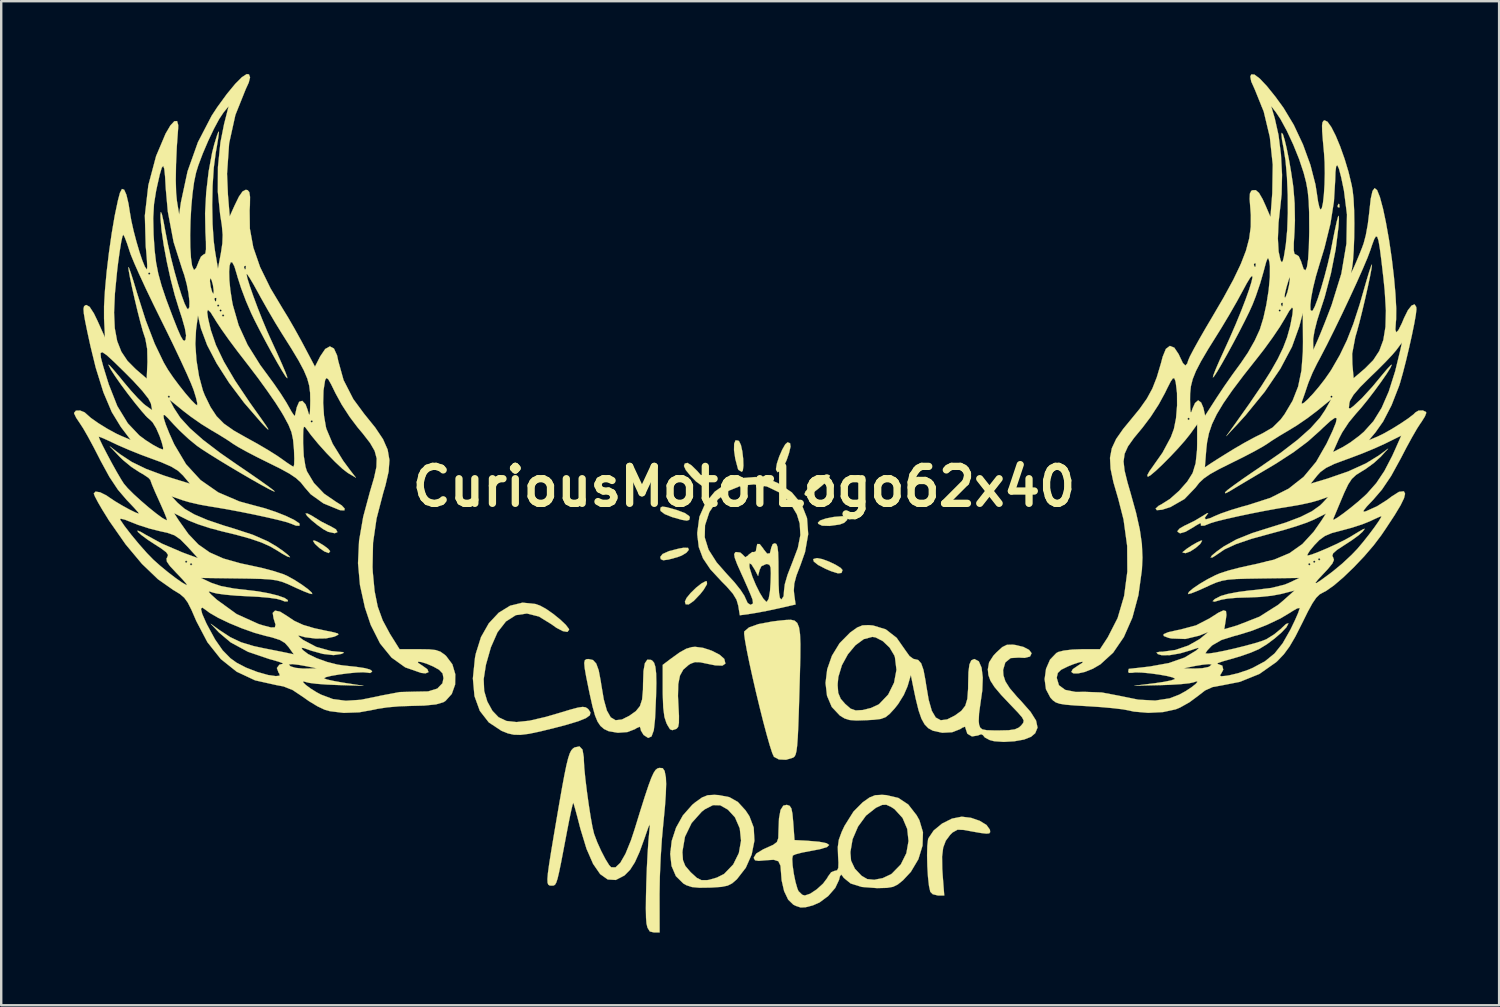
<source format=kicad_pcb>
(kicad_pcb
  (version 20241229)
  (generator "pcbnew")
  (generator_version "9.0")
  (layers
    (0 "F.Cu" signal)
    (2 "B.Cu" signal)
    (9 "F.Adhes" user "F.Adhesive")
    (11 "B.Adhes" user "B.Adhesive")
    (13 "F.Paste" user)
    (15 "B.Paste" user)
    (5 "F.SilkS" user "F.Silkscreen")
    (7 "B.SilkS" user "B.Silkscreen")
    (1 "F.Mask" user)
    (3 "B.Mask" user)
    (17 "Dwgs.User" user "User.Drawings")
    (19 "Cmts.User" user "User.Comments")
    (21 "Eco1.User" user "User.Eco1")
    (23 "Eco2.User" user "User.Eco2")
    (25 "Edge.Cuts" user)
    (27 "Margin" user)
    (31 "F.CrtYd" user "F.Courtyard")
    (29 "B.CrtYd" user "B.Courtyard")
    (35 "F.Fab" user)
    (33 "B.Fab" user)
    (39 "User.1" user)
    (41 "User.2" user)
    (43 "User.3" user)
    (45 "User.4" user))
  (footprint "CuriousMotorLogo62x40"
    (layer "F.Cu")
    (at 27.64 17.023)
    (property "Reference" "CuriousMotorLogo62x40" (at 0 0 0) (layer "F.SilkS") (effects (font (size 1.524 1.524) (thickness 0.3))))
    (attr through_hole)
    (fp_poly (pts (xy 24.553 -11.65) (xy 24.565 -11.53) (xy 24.553 -11.515) (xy 24.493 -11.529) (xy 24.486 -11.582) (xy 24.523 -11.666) (xy 24.553 -11.65)) (stroke (width 0.01) (type solid)) (fill yes) (layer "F.SilkS"))
    (fp_poly (pts (xy -17.541 2.303) (xy -17.337 2.427) (xy -17.161 2.559) (xy -17.074 2.66) (xy -17.073 2.667) (xy -17.132 2.741) (xy -17.309 2.674) (xy -17.512 2.533) (xy -17.695 2.365) (xy -17.779 2.239) (xy -17.78 2.233) (xy -17.71 2.225) (xy -17.541 2.303)) (stroke (width 0.01) (type solid)) (fill yes) (layer "F.SilkS"))
    (fp_poly (pts (xy 18.898 2.231) (xy 18.818 2.364) (xy 18.629 2.53) (xy 18.405 2.675) (xy 18.218 2.743) (xy 18.207 2.743) (xy 18.094 2.72) (xy 18.096 2.698) (xy 18.257 2.568) (xy 18.477 2.422) (xy 18.697 2.297) (xy 18.855 2.226) (xy 18.898 2.231)) (stroke (width 0.01) (type solid)) (fill yes) (layer "F.SilkS"))
    (fp_poly (pts (xy -2.308 2.527) (xy -2.277 2.606) (xy -2.374 2.724) (xy -2.576 2.846) (xy -2.743 2.908) (xy -3.115 3.009) (xy -3.333 3.038) (xy -3.434 2.992) (xy -3.454 2.9) (xy -3.358 2.778) (xy -3.09 2.659) (xy -2.682 2.555) (xy -2.489 2.521) (xy -2.308 2.527)) (stroke (width 0.01) (type solid)) (fill yes) (layer "F.SilkS"))
    (fp_poly (pts (xy -2.169 -0.879) (xy -1.924 -0.639) (xy -1.707 -0.389) (xy -1.561 -0.19) (xy -1.524 -0.106) (xy -1.583 -0.000126) (xy -1.743 -0.04) (xy -1.977 -0.211) (xy -2.182 -0.417) (xy -2.4 -0.682) (xy -2.478 -0.851) (xy -2.442 -0.951) (xy -2.334 -0.98) (xy -2.169 -0.879)) (stroke (width 0.01) (type solid)) (fill yes) (layer "F.SilkS"))
    (fp_poly (pts (xy -1.533 3.906) (xy -1.526 4.02) (xy -1.661 4.25) (xy -1.799 4.426) (xy -2.072 4.713) (xy -2.281 4.859) (xy -2.408 4.853) (xy -2.438 4.745) (xy -2.37 4.594) (xy -2.2 4.387) (xy -1.978 4.171) (xy -1.756 3.995) (xy -1.585 3.904) (xy -1.533 3.906)) (stroke (width 0.01) (type solid)) (fill yes) (layer "F.SilkS"))
    (fp_poly (pts (xy 4.263 1.267) (xy 4.255 1.375) (xy 4.131 1.493) (xy 3.95 1.562) (xy 3.527 1.621) (xy 3.221 1.611) (xy 3.062 1.534) (xy 3.048 1.487) (xy 3.14 1.397) (xy 3.379 1.314) (xy 3.707 1.25) (xy 4.069 1.22) (xy 4.129 1.219) (xy 4.263 1.267)) (stroke (width 0.01) (type solid)) (fill yes) (layer "F.SilkS"))
    (fp_poly (pts (xy -0.236 -1.897) (xy -0.198 -1.864) (xy -0.126 -1.711) (xy -0.069 -1.45) (xy -0.034 -1.146) (xy -0.025 -0.863) (xy -0.048 -0.664) (xy -0.091 -0.61) (xy -0.228 -0.69) (xy -0.251 -0.737) (xy -0.36 -1.149) (xy -0.412 -1.504) (xy -0.407 -1.768) (xy -0.348 -1.91) (xy -0.236 -1.897)) (stroke (width 0.01) (type solid)) (fill yes) (layer "F.SilkS"))
    (fp_poly (pts (xy 1.9 -1.789) (xy 1.92 -1.649) (xy 1.855 -1.377) (xy 1.758 -1.092) (xy 1.632 -0.821) (xy 1.495 -0.646) (xy 1.382 -0.594) (xy 1.323 -0.691) (xy 1.32 -0.737) (xy 1.358 -0.958) (xy 1.453 -1.243) (xy 1.577 -1.526) (xy 1.701 -1.743) (xy 1.798 -1.829) (xy 1.9 -1.789)) (stroke (width 0.01) (type solid)) (fill yes) (layer "F.SilkS"))
    (fp_poly (pts (xy 3.233 2.991) (xy 3.507 3.093) (xy 3.781 3.224) (xy 3.988 3.353) (xy 4.064 3.443) (xy 4.021 3.561) (xy 3.875 3.577) (xy 3.597 3.49) (xy 3.378 3.398) (xy 3.057 3.232) (xy 2.878 3.089) (xy 2.854 2.989) (xy 3.002 2.949) (xy 3.023 2.949) (xy 3.233 2.991)) (stroke (width 0.01) (type solid)) (fill yes) (layer "F.SilkS"))
    (fp_poly (pts (xy 3.547 -0.46) (xy 3.492 -0.317) (xy 3.259 -0.079) (xy 3.114 0.044) (xy 2.832 0.268) (xy 2.662 0.377) (xy 2.565 0.388) (xy 2.498 0.318) (xy 2.494 0.313) (xy 2.533 0.204) (xy 2.688 0.024) (xy 2.908 -0.181) (xy 3.143 -0.366) (xy 3.342 -0.486) (xy 3.422 -0.508) (xy 3.547 -0.46)) (stroke (width 0.01) (type solid)) (fill yes) (layer "F.SilkS"))
    (fp_poly (pts (xy -17.829 1.199) (xy -17.739 1.256) (xy -17.426 1.448) (xy -17.114 1.607) (xy -17.079 1.621) (xy -16.831 1.763) (xy -16.77 1.877) (xy -16.882 1.923) (xy -17.151 1.864) (xy -17.17 1.857) (xy -17.359 1.753) (xy -17.601 1.58) (xy -17.841 1.383) (xy -18.021 1.21) (xy -18.085 1.112) (xy -18.012 1.106) (xy -17.829 1.199)) (stroke (width 0.01) (type solid)) (fill yes) (layer "F.SilkS"))
    (fp_poly (pts (xy -3.202 0.846) (xy -2.896 0.93) (xy -2.762 0.969) (xy -2.433 1.093) (xy -2.256 1.22) (xy -2.235 1.274) (xy -2.26 1.371) (xy -2.358 1.403) (xy -2.568 1.369) (xy -2.928 1.267) (xy -2.972 1.254) (xy -3.27 1.134) (xy -3.436 1.009) (xy -3.454 0.959) (xy -3.44 0.862) (xy -3.37 0.824) (xy -3.202 0.846)) (stroke (width 0.01) (type solid)) (fill yes) (layer "F.SilkS"))
    (fp_poly (pts (xy 9.365 13.662) (xy 9.725 13.786) (xy 10.004 13.958) (xy 10.142 14.151) (xy 10.145 14.163) (xy 10.153 14.252) (xy 10.116 14.302) (xy 10 14.314) (xy 9.772 14.288) (xy 9.399 14.223) (xy 9.073 14.162) (xy 8.811 14.151) (xy 8.604 14.265) (xy 8.501 14.367) (xy 8.323 14.607) (xy 8.216 14.89) (xy 8.17 15.262) (xy 8.178 15.768) (xy 8.197 16.05) (xy 8.26 16.866) (xy 8.002 16.866) (xy 7.785 16.813) (xy 7.685 16.715) (xy 7.631 16.473) (xy 7.589 16.1) (xy 7.562 15.66) (xy 7.552 15.215) (xy 7.561 14.826) (xy 7.591 14.557) (xy 7.606 14.507) (xy 7.822 14.186) (xy 8.17 13.899) (xy 8.58 13.694) (xy 8.98 13.615) (xy 8.981 13.615) (xy 9.365 13.662)) (stroke (width 0.01) (type solid)) (fill yes) (layer "F.SilkS"))
    (fp_poly (pts (xy -1.686 6.651) (xy -1.331 6.768) (xy -1.018 6.927) (xy -0.823 7.096) (xy -0.81 7.118) (xy -0.767 7.3) (xy -0.89 7.384) (xy -1.184 7.373) (xy -1.48 7.314) (xy -1.812 7.245) (xy -2.026 7.24) (xy -2.2 7.304) (xy -2.285 7.356) (xy -2.503 7.545) (xy -2.642 7.796) (xy -2.712 8.148) (xy -2.724 8.637) (xy -2.706 9.007) (xy -2.683 9.458) (xy -2.685 9.745) (xy -2.716 9.908) (xy -2.779 9.985) (xy -2.806 9.998) (xy -2.958 10.047) (xy -3.052 10.009) (xy -3.153 9.845) (xy -3.198 9.759) (xy -3.282 9.504) (xy -3.332 9.113) (xy -3.352 8.557) (xy -3.353 8.406) (xy -3.353 7.353) (xy -3.027 7.106) (xy -2.656 6.839) (xy -2.381 6.686) (xy -2.147 6.618) (xy -2.009 6.608) (xy -1.686 6.651)) (stroke (width 0.01) (type solid)) (fill yes) (layer "F.SilkS"))
    (fp_poly (pts (xy 2.087 5.528) (xy 2.197 5.625) (xy 2.269 5.804) (xy 2.311 6.087) (xy 2.327 6.494) (xy 2.323 7.047) (xy 2.305 7.767) (xy 2.286 8.435) (xy 2.262 9.242) (xy 2.24 9.868) (xy 2.218 10.339) (xy 2.193 10.678) (xy 2.164 10.907) (xy 2.128 11.052) (xy 2.083 11.135) (xy 2.027 11.179) (xy 1.734 11.267) (xy 1.44 11.254) (xy 1.235 11.145) (xy 1.165 10.991) (xy 1.063 10.676) (xy 0.937 10.234) (xy 0.794 9.697) (xy 0.644 9.099) (xy 0.493 8.472) (xy 0.35 7.85) (xy 0.221 7.266) (xy 0.116 6.752) (xy 0.042 6.343) (xy 0.006 6.071) (xy 0.011 5.974) (xy 0.206 5.808) (xy 0.595 5.67) (xy 1.168 5.563) (xy 1.476 5.526) (xy 1.733 5.5) (xy 1.934 5.493) (xy 2.087 5.528)) (stroke (width 0.01) (type solid)) (fill yes) (layer "F.SilkS"))
    (fp_poly (pts (xy -6.23 7.153) (xy -6.096 7.297) (xy -5.994 7.576) (xy -5.91 8.02) (xy -5.893 8.136) (xy -5.784 8.781) (xy -5.656 9.237) (xy -5.498 9.517) (xy -5.297 9.636) (xy -5.04 9.607) (xy -4.726 9.45) (xy -4.46 9.26) (xy -4.294 9.055) (xy -4.204 8.782) (xy -4.168 8.387) (xy -4.164 8.109) (xy -4.146 7.604) (xy -4.089 7.285) (xy -3.988 7.138) (xy -3.837 7.147) (xy -3.787 7.174) (xy -3.71 7.263) (xy -3.656 7.432) (xy -3.625 7.704) (xy -3.616 8.102) (xy -3.628 8.65) (xy -3.659 9.371) (xy -3.671 9.6) (xy -3.721 10.049) (xy -3.814 10.304) (xy -3.953 10.367) (xy -4.142 10.244) (xy -4.142 10.244) (xy -4.253 10.061) (xy -4.267 9.982) (xy -4.3 9.904) (xy -4.427 9.957) (xy -4.493 10.002) (xy -4.808 10.124) (xy -5.204 10.153) (xy -5.584 10.088) (xy -5.775 9.997) (xy -5.921 9.871) (xy -6.039 9.698) (xy -6.144 9.443) (xy -6.249 9.069) (xy -6.367 8.541) (xy -6.408 8.345) (xy -6.512 7.832) (xy -6.572 7.486) (xy -6.59 7.272) (xy -6.565 7.161) (xy -6.498 7.118) (xy -6.413 7.112) (xy -6.23 7.153)) (stroke (width 0.01) (type solid)) (fill yes) (layer "F.SilkS"))
    (fp_poly (pts (xy -1.041 12.725) (xy -0.603 12.81) (xy -0.253 13.008) (xy 0.062 13.353) (xy 0.223 13.595) (xy 0.401 14.064) (xy 0.429 14.608) (xy 0.316 15.176) (xy 0.075 15.72) (xy -0.287 16.187) (xy -0.311 16.211) (xy -0.492 16.366) (xy -0.677 16.459) (xy -0.927 16.51) (xy -1.306 16.536) (xy -1.403 16.54) (xy -1.845 16.546) (xy -2.149 16.517) (xy -2.377 16.442) (xy -2.501 16.372) (xy -2.81 16.067) (xy -2.989 15.648) (xy -3.044 15.15) (xy -3.035 15.079) (xy -2.54 15.079) (xy -2.518 15.406) (xy -2.423 15.644) (xy -2.214 15.891) (xy -2.182 15.923) (xy -1.944 16.14) (xy -1.755 16.232) (xy -1.532 16.233) (xy -1.447 16.221) (xy -1.117 16.126) (xy -0.828 15.979) (xy -0.815 15.97) (xy -0.445 15.586) (xy -0.213 15.116) (xy -0.122 14.605) (xy -0.175 14.098) (xy -0.373 13.642) (xy -0.662 13.327) (xy -0.978 13.146) (xy -1.279 13.138) (xy -1.611 13.307) (xy -1.746 13.411) (xy -2.161 13.876) (xy -2.436 14.444) (xy -2.54 15.052) (xy -2.54 15.079) (xy -3.035 15.079) (xy -2.981 14.612) (xy -2.804 14.07) (xy -2.521 13.562) (xy -2.135 13.125) (xy -2.011 13.022) (xy -1.729 12.821) (xy -1.497 12.729) (xy -1.218 12.714) (xy -1.041 12.725)) (stroke (width 0.01) (type solid)) (fill yes) (layer "F.SilkS"))
    (fp_poly (pts (xy -8.606 4.841) (xy -8.416 4.907) (xy -8.165 5.044) (xy -7.871 5.249) (xy -7.584 5.481) (xy -7.352 5.7) (xy -7.225 5.866) (xy -7.214 5.905) (xy -7.285 5.993) (xy -7.473 5.961) (xy -7.741 5.821) (xy -7.933 5.683) (xy -8.458 5.359) (xy -8.955 5.234) (xy -9.413 5.302) (xy -9.82 5.561) (xy -10.167 6.006) (xy -10.443 6.633) (xy -10.444 6.638) (xy -10.647 7.353) (xy -10.738 7.938) (xy -10.718 8.428) (xy -10.59 8.861) (xy -10.585 8.871) (xy -10.377 9.249) (xy -10.123 9.513) (xy -9.8 9.666) (xy -9.383 9.712) (xy -8.849 9.655) (xy -8.174 9.498) (xy -7.636 9.341) (xy -7.169 9.2) (xy -6.855 9.116) (xy -6.655 9.086) (xy -6.53 9.104) (xy -6.44 9.164) (xy -6.421 9.182) (xy -6.333 9.313) (xy -6.359 9.432) (xy -6.519 9.549) (xy -6.829 9.675) (xy -7.308 9.82) (xy -7.79 9.947) (xy -8.407 10.099) (xy -8.869 10.196) (xy -9.218 10.24) (xy -9.494 10.233) (xy -9.737 10.179) (xy -9.989 10.078) (xy -10.008 10.07) (xy -10.527 9.726) (xy -10.898 9.249) (xy -11.118 8.642) (xy -11.184 7.91) (xy -11.097 7.06) (xy -11.063 6.888) (xy -10.849 6.206) (xy -10.527 5.639) (xy -10.119 5.202) (xy -9.648 4.912) (xy -9.136 4.786) (xy -8.606 4.841)) (stroke (width 0.01) (type solid)) (fill yes) (layer "F.SilkS"))
    (fp_poly (pts (xy -6.662 10.848) (xy -6.609 11.165) (xy -6.606 11.284) (xy -6.589 11.6) (xy -6.545 12.047) (xy -6.481 12.568) (xy -6.406 13.11) (xy -6.327 13.618) (xy -6.252 14.037) (xy -6.187 14.313) (xy -6.183 14.326) (xy -6.055 14.666) (xy -5.89 15.031) (xy -5.717 15.364) (xy -5.565 15.609) (xy -5.481 15.701) (xy -5.301 15.705) (xy -5.102 15.516) (xy -4.888 15.142) (xy -4.664 14.593) (xy -4.51 14.127) (xy -4.275 13.363) (xy -4.088 12.772) (xy -3.941 12.331) (xy -3.825 12.018) (xy -3.73 11.811) (xy -3.649 11.687) (xy -3.571 11.625) (xy -3.494 11.603) (xy -3.353 11.613) (xy -3.274 11.73) (xy -3.222 12) (xy -3.222 12.003) (xy -3.212 12.264) (xy -3.225 12.674) (xy -3.26 13.182) (xy -3.312 13.736) (xy -3.325 13.863) (xy -3.387 14.531) (xy -3.438 15.308) (xy -3.472 16.099) (xy -3.484 16.81) (xy -3.484 16.84) (xy -3.481 18.39) (xy -3.717 18.39) (xy -3.886 18.349) (xy -3.982 18.192) (xy -4.023 18.02) (xy -4.041 17.791) (xy -4.048 17.404) (xy -4.043 16.902) (xy -4.029 16.33) (xy -4.007 15.73) (xy -3.977 15.147) (xy -3.943 14.625) (xy -3.906 14.224) (xy -3.885 14.009) (xy -3.892 13.94) (xy -3.939 14.033) (xy -4.033 14.3) (xy -4.094 14.478) (xy -4.308 15.068) (xy -4.502 15.496) (xy -4.698 15.803) (xy -4.916 16.025) (xy -4.939 16.044) (xy -5.289 16.225) (xy -5.621 16.205) (xy -5.933 15.984) (xy -6.225 15.562) (xy -6.496 14.941) (xy -6.746 14.12) (xy -6.767 14.041) (xy -6.874 13.626) (xy -6.964 13.294) (xy -7.025 13.086) (xy -7.043 13.04) (xy -7.072 13.122) (xy -7.129 13.367) (xy -7.207 13.738) (xy -7.297 14.199) (xy -7.307 14.252) (xy -7.443 14.969) (xy -7.547 15.512) (xy -7.628 15.903) (xy -7.691 16.169) (xy -7.744 16.332) (xy -7.795 16.419) (xy -7.848 16.453) (xy -7.913 16.459) (xy -7.933 16.459) (xy -8.014 16.454) (xy -8.071 16.422) (xy -8.103 16.341) (xy -8.109 16.188) (xy -8.088 15.938) (xy -8.037 15.568) (xy -7.956 15.056) (xy -7.843 14.377) (xy -7.779 14.001) (xy -7.63 13.126) (xy -7.508 12.43) (xy -7.408 11.892) (xy -7.325 11.489) (xy -7.253 11.2) (xy -7.188 11.003) (xy -7.123 10.877) (xy -7.053 10.8) (xy -6.989 10.758) (xy -6.787 10.715) (xy -6.662 10.848)) (stroke (width 0.01) (type solid)) (fill yes) (layer "F.SilkS"))
    (fp_poly (pts (xy 5.87 12.725) (xy 6.366 12.841) (xy 6.776 13.113) (xy 7.123 13.56) (xy 7.235 13.761) (xy 7.382 14.257) (xy 7.364 14.808) (xy 7.193 15.368) (xy 6.882 15.891) (xy 6.556 16.24) (xy 6.342 16.412) (xy 6.147 16.508) (xy 5.897 16.551) (xy 5.522 16.561) (xy 5.478 16.561) (xy 4.857 16.513) (xy 4.399 16.37) (xy 4.113 16.137) (xy 4.081 16.087) (xy 4.009 16) (xy 3.955 16.079) (xy 3.919 16.224) (xy 3.763 16.555) (xy 3.476 16.884) (xy 3.119 17.151) (xy 2.839 17.274) (xy 2.537 17.351) (xy 2.336 17.36) (xy 2.145 17.297) (xy 2.035 17.244) (xy 1.822 17.037) (xy 1.654 16.684) (xy 1.552 16.24) (xy 1.532 15.985) (xy 1.505 15.637) (xy 1.417 15.453) (xy 1.226 15.392) (xy 0.906 15.412) (xy 0.605 15.438) (xy 0.456 15.415) (xy 0.408 15.331) (xy 0.406 15.296) (xy 0.505 15.136) (xy 0.793 14.961) (xy 0.914 14.906) (xy 1.206 14.775) (xy 1.357 14.66) (xy 1.414 14.498) (xy 1.422 14.224) (xy 1.422 14.217) (xy 1.443 13.686) (xy 1.507 13.338) (xy 1.621 13.158) (xy 1.766 13.127) (xy 1.882 13.166) (xy 1.954 13.273) (xy 1.998 13.493) (xy 2.032 13.868) (xy 2.083 14.58) (xy 2.591 14.606) (xy 3.094 14.648) (xy 3.402 14.708) (xy 3.513 14.782) (xy 3.426 14.866) (xy 3.138 14.954) (xy 2.751 15.028) (xy 2.402 15.094) (xy 2.134 15.164) (xy 2.014 15.217) (xy 1.989 15.355) (xy 2.005 15.625) (xy 2.053 15.962) (xy 2.123 16.304) (xy 2.204 16.585) (xy 2.249 16.687) (xy 2.403 16.836) (xy 2.509 16.866) (xy 2.728 16.793) (xy 3.001 16.612) (xy 3.259 16.377) (xy 3.436 16.143) (xy 3.458 16.094) (xy 3.595 15.907) (xy 3.738 15.85) (xy 3.84 15.827) (xy 3.889 15.729) (xy 3.896 15.51) (xy 3.88 15.237) (xy 3.875 15.082) (xy 4.387 15.082) (xy 4.416 15.428) (xy 4.573 15.76) (xy 4.849 16.052) (xy 5.08 16.188) (xy 5.372 16.218) (xy 5.731 16.145) (xy 6.061 15.99) (xy 6.096 15.966) (xy 6.467 15.586) (xy 6.697 15.122) (xy 6.786 14.619) (xy 6.733 14.12) (xy 6.541 13.667) (xy 6.209 13.304) (xy 6.063 13.209) (xy 5.869 13.121) (xy 5.699 13.129) (xy 5.457 13.24) (xy 5.437 13.251) (xy 5.032 13.571) (xy 4.703 14.023) (xy 4.478 14.547) (xy 4.387 15.082) (xy 3.875 15.082) (xy 3.869 14.866) (xy 3.911 14.566) (xy 4.028 14.246) (xy 4.147 13.992) (xy 4.516 13.404) (xy 4.896 13.022) (xy 5.179 12.822) (xy 5.411 12.729) (xy 5.691 12.714) (xy 5.87 12.725)) (stroke (width 0.01) (type solid)) (fill yes) (layer "F.SilkS"))
    (fp_poly (pts (xy 1.097 -0.272) (xy 1.394 -0.147) (xy 1.97 0.236) (xy 2.372 0.72) (xy 2.599 1.299) (xy 2.648 1.962) (xy 2.517 2.703) (xy 2.333 3.225) (xy 2.161 3.672) (xy 2.073 4.004) (xy 2.055 4.284) (xy 2.069 4.432) (xy 2.128 4.862) (xy 1.411 5.025) (xy 0.978 5.118) (xy 0.555 5.199) (xy 0.261 5.247) (xy -0.173 5.307) (xy -0.236 4.914) (xy -0.308 4.666) (xy -0.46 4.414) (xy -0.725 4.11) (xy -0.923 3.911) (xy -1.387 3.411) (xy -1.693 2.955) (xy -1.865 2.495) (xy -1.913 2.097) (xy -1.62 2.097) (xy -1.463 2.599) (xy -1.128 3.126) (xy -0.705 3.607) (xy -0.396 3.944) (xy -0.143 4.261) (xy 0.019 4.51) (xy 0.056 4.597) (xy 0.151 4.8) (xy 0.272 4.877) (xy 0.372 4.818) (xy 0.351 4.658) (xy 0.278 4.47) (xy 0.143 4.153) (xy -0.029 3.765) (xy -0.105 3.599) (xy -0.24 3.296) (xy 0.221 3.296) (xy 0.24 3.384) (xy 0.343 3.708) (xy 0.487 4.054) (xy 0.647 4.376) (xy 0.798 4.622) (xy 0.913 4.745) (xy 0.942 4.749) (xy 1.018 4.622) (xy 1.072 4.31) (xy 1.096 3.951) (xy 1.107 3.564) (xy 1.096 3.337) (xy 1.052 3.228) (xy 0.965 3.195) (xy 0.915 3.193) (xy 0.717 3.281) (xy 0.642 3.44) (xy 0.58 3.687) (xy 0.439 3.418) (xy 0.305 3.206) (xy 0.226 3.164) (xy 0.221 3.296) (xy -0.24 3.296) (xy -0.286 3.193) (xy -0.383 2.933) (xy -0.405 2.784) (xy -0.361 2.711) (xy -0.334 2.698) (xy -0.153 2.72) (xy -0.058 2.801) (xy 0.051 2.912) (xy 0.154 2.852) (xy 0.195 2.804) (xy 0.34 2.697) (xy 0.418 2.7) (xy 0.489 2.662) (xy 0.508 2.546) (xy 0.547 2.367) (xy 0.648 2.369) (xy 0.79 2.55) (xy 0.811 2.587) (xy 0.954 2.763) (xy 1.067 2.75) (xy 1.117 2.553) (xy 1.118 2.534) (xy 1.183 2.373) (xy 1.27 2.337) (xy 1.337 2.368) (xy 1.381 2.482) (xy 1.408 2.711) (xy 1.42 3.087) (xy 1.422 3.514) (xy 1.428 4.041) (xy 1.445 4.389) (xy 1.478 4.584) (xy 1.529 4.648) (xy 1.549 4.646) (xy 1.634 4.521) (xy 1.651 4.286) (xy 1.683 4.024) (xy 1.795 3.639) (xy 1.971 3.186) (xy 1.981 3.163) (xy 2.221 2.528) (xy 2.325 1.997) (xy 2.298 1.523) (xy 2.18 1.141) (xy 1.864 0.613) (xy 1.44 0.231) (xy 0.944 -0.005) (xy 0.41 -0.094) (xy -0.127 -0.036) (xy -0.634 0.171) (xy -1.076 0.527) (xy -1.417 1.033) (xy -1.434 1.067) (xy -1.608 1.595) (xy -1.62 2.097) (xy -1.913 2.097) (xy -1.927 1.984) (xy -1.928 1.901) (xy -1.84 1.244) (xy -1.589 0.674) (xy -1.204 0.206) (xy -0.714 -0.14) (xy -0.148 -0.347) (xy 0.465 -0.397) (xy 1.097 -0.272)) (stroke (width 0.01) (type solid)) (fill yes) (layer "F.SilkS"))
    (fp_poly (pts (xy 5.326 5.729) (xy 5.846 5.887) (xy 6.295 6.235) (xy 6.667 6.766) (xy 6.827 6.989) (xy 6.989 7.107) (xy 7.021 7.112) (xy 7.186 7.152) (xy 7.309 7.291) (xy 7.404 7.563) (xy 7.486 7.997) (xy 7.509 8.155) (xy 7.618 8.796) (xy 7.747 9.248) (xy 7.909 9.524) (xy 8.116 9.637) (xy 8.381 9.602) (xy 8.701 9.44) (xy 8.965 9.249) (xy 9.128 9.038) (xy 9.213 8.753) (xy 9.244 8.34) (xy 9.246 8.143) (xy 9.258 7.654) (xy 9.298 7.338) (xy 9.375 7.167) (xy 9.495 7.112) (xy 9.507 7.112) (xy 9.685 7.205) (xy 9.8 7.469) (xy 9.849 7.88) (xy 9.828 8.414) (xy 9.746 8.986) (xy 9.696 9.352) (xy 9.682 9.67) (xy 9.697 9.818) (xy 9.743 9.942) (xy 9.833 10.014) (xy 10.015 10.048) (xy 10.336 10.058) (xy 10.502 10.058) (xy 10.911 10.049) (xy 11.173 10.012) (xy 11.341 9.936) (xy 11.433 9.852) (xy 11.517 9.746) (xy 11.537 9.648) (xy 11.472 9.52) (xy 11.303 9.323) (xy 11.012 9.019) (xy 11.006 9.013) (xy 10.605 8.589) (xy 10.332 8.265) (xy 10.165 8.005) (xy 10.082 7.776) (xy 10.058 7.54) (xy 10.058 7.536) (xy 10.11 7.249) (xy 10.288 6.972) (xy 10.417 6.835) (xy 10.654 6.619) (xy 10.845 6.525) (xy 11.078 6.519) (xy 11.193 6.532) (xy 11.525 6.612) (xy 11.759 6.734) (xy 11.863 6.872) (xy 11.803 7) (xy 11.786 7.012) (xy 11.58 7.064) (xy 11.325 7.052) (xy 10.999 7.073) (xy 10.779 7.252) (xy 10.687 7.563) (xy 10.701 7.783) (xy 10.781 8.031) (xy 10.96 8.315) (xy 11.264 8.671) (xy 11.426 8.842) (xy 11.821 9.291) (xy 12.047 9.65) (xy 12.108 9.939) (xy 12.011 10.173) (xy 11.84 10.319) (xy 11.554 10.432) (xy 11.15 10.504) (xy 10.71 10.53) (xy 10.317 10.501) (xy 10.135 10.454) (xy 9.935 10.348) (xy 9.855 10.25) (xy 9.782 10.213) (xy 9.646 10.265) (xy 9.404 10.305) (xy 9.213 10.193) (xy 9.144 9.989) (xy 9.118 9.902) (xy 9.008 9.942) (xy 8.918 10.002) (xy 8.586 10.131) (xy 8.179 10.153) (xy 7.792 10.069) (xy 7.601 9.964) (xy 7.448 9.805) (xy 7.319 9.572) (xy 7.201 9.23) (xy 7.081 8.741) (xy 7.005 8.382) (xy 6.882 7.772) (xy 6.744 8.241) (xy 6.592 8.592) (xy 6.358 8.969) (xy 6.213 9.152) (xy 6.005 9.378) (xy 5.835 9.512) (xy 5.639 9.584) (xy 5.35 9.618) (xy 5.049 9.635) (xy 4.633 9.648) (xy 4.354 9.627) (xy 4.149 9.563) (xy 3.956 9.445) (xy 3.62 9.089) (xy 3.424 8.627) (xy 3.371 8.168) (xy 3.861 8.168) (xy 3.886 8.508) (xy 3.989 8.752) (xy 4.171 8.961) (xy 4.398 9.159) (xy 4.606 9.232) (xy 4.897 9.215) (xy 4.898 9.215) (xy 5.239 9.13) (xy 5.539 8.992) (xy 5.579 8.964) (xy 5.947 8.578) (xy 6.189 8.089) (xy 6.289 7.557) (xy 6.226 7.042) (xy 6.199 6.962) (xy 6.007 6.641) (xy 5.727 6.374) (xy 5.424 6.218) (xy 5.292 6.198) (xy 4.94 6.291) (xy 4.594 6.545) (xy 4.284 6.918) (xy 4.039 7.366) (xy 3.891 7.85) (xy 3.861 8.168) (xy 3.371 8.168) (xy 3.363 8.097) (xy 3.432 7.534) (xy 3.627 6.976) (xy 3.942 6.46) (xy 4.375 6.022) (xy 4.389 6.011) (xy 4.668 5.812) (xy 4.889 5.722) (xy 5.146 5.712) (xy 5.326 5.729)) (stroke (width 0.01) (type solid)) (fill yes) (layer "F.SilkS"))
    (fp_poly (pts (xy -20.42 -17.005) (xy -20.375 -16.881) (xy -20.43 -16.665) (xy -20.554 -16.395) (xy -20.98 -15.332) (xy -21.238 -14.165) (xy -21.325 -12.907) (xy -21.288 -12.042) (xy -21.214 -11.149) (xy -21.017 -11.588) (xy -20.833 -11.965) (xy -20.686 -12.175) (xy -20.554 -12.244) (xy -20.475 -12.23) (xy -20.406 -12.149) (xy -20.376 -11.951) (xy -20.381 -11.603) (xy -20.393 -11.398) (xy -20.383 -10.639) (xy -20.242 -9.868) (xy -19.961 -9.057) (xy -19.531 -8.179) (xy -19.029 -7.34) (xy -18.808 -6.98) (xy -18.541 -6.517) (xy -18.273 -6.033) (xy -18.176 -5.852) (xy -17.698 -4.948) (xy -17.483 -5.37) (xy -17.276 -5.677) (xy -17.083 -5.785) (xy -16.915 -5.696) (xy -16.786 -5.414) (xy -16.737 -5.182) (xy -16.518 -4.395) (xy -16.117 -3.611) (xy -15.672 -3.007) (xy -15.212 -2.437) (xy -14.891 -1.958) (xy -14.7 -1.526) (xy -14.626 -1.095) (xy -14.66 -0.621) (xy -14.789 -0.058) (xy -14.881 0.253) (xy -15.158 1.319) (xy -15.302 2.314) (xy -15.323 3.314) (xy -15.312 3.534) (xy -15.238 4.311) (xy -15.109 4.95) (xy -14.905 5.514) (xy -14.609 6.066) (xy -14.575 6.121) (xy -14.208 6.706) (xy -13.405 6.706) (xy -12.989 6.712) (xy -12.715 6.742) (xy -12.523 6.809) (xy -12.351 6.93) (xy -12.289 6.985) (xy -12.031 7.328) (xy -11.909 7.74) (xy -11.917 8.166) (xy -12.054 8.551) (xy -12.315 8.841) (xy -12.404 8.895) (xy -12.706 8.983) (xy -13.195 9.032) (xy -13.686 9.044) (xy -14.205 9.061) (xy -14.714 9.105) (xy -15.132 9.169) (xy -15.24 9.195) (xy -15.872 9.31) (xy -16.514 9.333) (xy -17.087 9.262) (xy -17.298 9.202) (xy -17.588 9.065) (xy -17.944 8.85) (xy -18.213 8.661) (xy -18.618 8.391) (xy -18.995 8.242) (xy -19.287 8.187) (xy -20.166 7.991) (xy -20.928 7.634) (xy -21.582 7.112) (xy -22.134 6.418) (xy -22.592 5.546) (xy -22.608 5.509) (xy -22.797 5.073) (xy -22.815 5.038) (xy -22.402 5.038) (xy -22.349 5.249) (xy -22.187 5.619) (xy -22.144 5.705) (xy -21.816 6.307) (xy -21.507 6.752) (xy -21.184 7.081) (xy -20.934 7.261) (xy -20.544 7.465) (xy -20.081 7.644) (xy -19.631 7.771) (xy -19.317 7.816) (xy -19.154 7.801) (xy -19.164 7.72) (xy -19.199 7.675) (xy -19.269 7.482) (xy -19.164 7.343) (xy -19.127 7.335) (xy -18.777 7.335) (xy -18.722 7.398) (xy -18.694 7.417) (xy -18.503 7.475) (xy -18.205 7.505) (xy -18.085 7.505) (xy -17.628 7.495) (xy -18.034 7.411) (xy -18.348 7.355) (xy -18.606 7.324) (xy -18.644 7.323) (xy -18.777 7.335) (xy -19.127 7.335) (xy -19.019 7.31) (xy -19.025 7.284) (xy -19.194 7.222) (xy -19.492 7.136) (xy -19.589 7.109) (xy -20.461 6.813) (xy -21.175 6.425) (xy -21.657 6.018) (xy -21.996 5.657) (xy -21.641 5.915) (xy -21.19 6.21) (xy -20.747 6.42) (xy -20.231 6.576) (xy -19.839 6.661) (xy -19.429 6.742) (xy -19.071 6.813) (xy -18.833 6.862) (xy -18.811 6.867) (xy -18.573 6.918) (xy -18.785 6.619) (xy -18.939 6.448) (xy -19.148 6.324) (xy -19.469 6.22) (xy -19.746 6.154) (xy -20.198 6.028) (xy -20.71 5.846) (xy -21.225 5.633) (xy -21.688 5.412) (xy -22.042 5.207) (xy -22.175 5.107) (xy -22.343 4.989) (xy -22.402 5.038) (xy -22.815 5.038) (xy -22.946 4.779) (xy -23.09 4.582) (xy -23.263 4.433) (xy -23.501 4.287) (xy -23.54 4.265) (xy -24.175 3.819) (xy -24.834 3.187) (xy -25.505 2.385) (xy -26.175 1.426) (xy -26.223 1.35) (xy -25.741 1.35) (xy -25.555 1.624) (xy -25.276 1.985) (xy -24.951 2.378) (xy -24.629 2.742) (xy -24.368 3.01) (xy -24.089 3.259) (xy -23.77 3.522) (xy -23.453 3.765) (xy -23.184 3.954) (xy -23.008 4.055) (xy -22.976 4.064) (xy -23.012 3.999) (xy -23.161 3.826) (xy -23.392 3.583) (xy -23.414 3.561) (xy -23.677 3.279) (xy -23.732 3.2) (xy -22.86 3.2) (xy -22.809 3.251) (xy -22.758 3.2) (xy -22.809 3.15) (xy -22.86 3.2) (xy -23.732 3.2) (xy -23.802 3.099) (xy -23.063 3.099) (xy -23.012 3.15) (xy -22.962 3.099) (xy -23.012 3.048) (xy -23.063 3.099) (xy -23.802 3.099) (xy -23.806 3.094) (xy -23.822 2.969) (xy -23.791 2.915) (xy -23.758 2.819) (xy -23.836 2.704) (xy -24.052 2.542) (xy -24.267 2.405) (xy -24.592 2.193) (xy -24.859 1.996) (xy -25.004 1.866) (xy -25.014 1.813) (xy -24.881 1.868) (xy -24.703 1.973) (xy -24.008 2.353) (xy -23.166 2.714) (xy -22.921 2.805) (xy -22.525 2.948) (xy -22.972 2.458) (xy -23.25 2.176) (xy -23.493 2.008) (xy -23.789 1.903) (xy -24.059 1.845) (xy -24.518 1.731) (xy -25.001 1.575) (xy -25.256 1.474) (xy -25.534 1.364) (xy -25.708 1.322) (xy -25.741 1.35) (xy -26.223 1.35) (xy -26.466 0.959) (xy -26.646 0.65) (xy -26.774 0.407) (xy -26.822 0.285) (xy -26.749 0.205) (xy -26.56 0.234) (xy -26.304 0.361) (xy -26.181 0.446) (xy -25.949 0.601) (xy -25.651 0.779) (xy -25.346 0.947) (xy -25.094 1.07) (xy -24.956 1.118) (xy -24.999 1.051) (xy -25.155 0.875) (xy -25.392 0.624) (xy -25.463 0.551) (xy -25.827 0.125) (xy -26.178 -0.403) (xy -26.546 -1.078) (xy -26.582 -1.151) (xy -26.824 -1.621) (xy -27.058 -2.055) (xy -27.061 -2.061) (xy -26.619 -2.061) (xy -26.573 -1.935) (xy -26.45 -1.679) (xy -26.275 -1.341) (xy -26.075 -0.967) (xy -25.873 -0.604) (xy -25.694 -0.299) (xy -25.584 -0.126) (xy -25.425 0.062) (xy -25.174 0.312) (xy -24.867 0.591) (xy -24.543 0.869) (xy -24.238 1.114) (xy -23.989 1.296) (xy -23.832 1.382) (xy -23.801 1.381) (xy -23.828 1.283) (xy -23.923 1.046) (xy -24.069 0.714) (xy -24.129 0.582) (xy -24.293 0.218) (xy -24.417 -0.076) (xy -24.481 -0.25) (xy -24.486 -0.273) (xy -24.568 -0.364) (xy -24.777 -0.505) (xy -24.929 -0.591) (xy -25.266 -0.81) (xy -25.619 -1.1) (xy -25.767 -1.244) (xy -26.162 -1.662) (xy -25.738 -1.337) (xy -25.253 -1.017) (xy -24.662 -0.73) (xy -23.923 -0.455) (xy -23.598 -0.351) (xy -22.859 -0.123) (xy -23.139 -0.458) (xy -23.344 -0.654) (xy -23.631 -0.829) (xy -24.046 -1.01) (xy -24.365 -1.127) (xy -24.87 -1.314) (xy -25.393 -1.524) (xy -25.843 -1.72) (xy -25.965 -1.778) (xy -26.284 -1.928) (xy -26.517 -2.029) (xy -26.618 -2.062) (xy -26.619 -2.061) (xy -27.061 -2.061) (xy -27.258 -2.403) (xy -27.392 -2.609) (xy -27.548 -2.842) (xy -27.631 -3.015) (xy -27.635 -3.041) (xy -27.559 -3.134) (xy -27.386 -3.139) (xy -27.2 -3.064) (xy -27.132 -3.003) (xy -26.942 -2.834) (xy -26.63 -2.615) (xy -26.258 -2.385) (xy -25.889 -2.184) (xy -25.679 -2.087) (xy -25.3 -1.928) (xy -25.705 -2.463) (xy -26.08 -3.077) (xy -26.425 -3.892) (xy -26.741 -4.906) (xy -26.889 -5.512) (xy -26.543 -5.512) (xy -26.527 -5.313) (xy -26.427 -4.939) (xy -26.255 -4.381) (xy -26.201 -4.211) (xy -25.852 -3.325) (xy -25.417 -2.611) (xy -24.943 -2.111) (xy -24.68 -1.915) (xy -24.385 -1.727) (xy -24.123 -1.585) (xy -23.964 -1.528) (xy -23.961 -1.612) (xy -24.02 -1.833) (xy -24.107 -2.088) (xy -24.247 -2.409) (xy -24.394 -2.652) (xy -24.485 -2.743) (xy -24.625 -2.865) (xy -24.703 -2.952) (xy -23.947 -2.952) (xy -23.936 -2.838) (xy -23.925 -2.787) (xy -23.85 -2.555) (xy -23.711 -2.208) (xy -23.535 -1.813) (xy -23.495 -1.729) (xy -23.015 -0.923) (xy -22.416 -0.27) (xy -21.686 0.238) (xy -20.812 0.612) (xy -20.194 0.78) (xy -19.761 0.895) (xy -19.312 1.045) (xy -18.895 1.21) (xy -18.561 1.37) (xy -18.359 1.504) (xy -18.331 1.537) (xy -18.34 1.614) (xy -18.48 1.61) (xy -18.691 1.526) (xy -18.871 1.463) (xy -19.21 1.375) (xy -19.665 1.269) (xy -20.197 1.154) (xy -20.763 1.04) (xy -21.321 0.935) (xy -21.831 0.848) (xy -22.004 0.821) (xy -22.445 0.743) (xy -22.876 0.644) (xy -23.167 0.558) (xy -23.612 0.401) (xy -23.363 0.668) (xy -23.074 0.915) (xy -22.672 1.148) (xy -22.133 1.377) (xy -21.429 1.615) (xy -21.042 1.731) (xy -20.259 1.987) (xy -19.644 2.257) (xy -19.284 2.468) (xy -18.997 2.669) (xy -18.798 2.827) (xy -18.726 2.909) (xy -18.728 2.912) (xy -18.829 2.886) (xy -19.042 2.77) (xy -19.216 2.66) (xy -19.537 2.47) (xy -19.909 2.303) (xy -20.371 2.145) (xy -20.964 1.981) (xy -21.564 1.836) (xy -22.046 1.707) (xy -22.525 1.55) (xy -22.913 1.395) (xy -22.98 1.362) (xy -23.508 1.095) (xy -23.322 1.386) (xy -22.92 1.953) (xy -22.506 2.388) (xy -22.038 2.716) (xy -21.472 2.966) (xy -20.766 3.165) (xy -20.383 3.246) (xy -19.882 3.356) (xy -19.411 3.481) (xy -19.033 3.602) (xy -18.859 3.674) (xy -18.547 3.846) (xy -18.243 4.041) (xy -17.991 4.225) (xy -17.834 4.368) (xy -17.809 4.432) (xy -17.914 4.412) (xy -18.154 4.32) (xy -18.48 4.176) (xy -18.552 4.142) (xy -18.825 4.016) (xy -19.055 3.926) (xy -19.284 3.866) (xy -19.556 3.828) (xy -19.916 3.807) (xy -20.406 3.794) (xy -20.828 3.788) (xy -22.403 3.766) (xy -21.97 3.97) (xy -21.578 4.101) (xy -21.028 4.205) (xy -20.545 4.26) (xy -20.063 4.318) (xy -19.612 4.399) (xy -19.23 4.493) (xy -18.953 4.591) (xy -18.817 4.682) (xy -18.822 4.734) (xy -18.945 4.737) (xy -19.093 4.678) (xy -19.279 4.628) (xy -19.616 4.581) (xy -20.054 4.544) (xy -20.449 4.524) (xy -20.943 4.498) (xy -21.39 4.458) (xy -21.735 4.411) (xy -21.895 4.373) (xy -22.049 4.324) (xy -22.08 4.344) (xy -21.979 4.454) (xy -21.742 4.668) (xy -20.929 5.257) (xy -20.02 5.668) (xy -19.837 5.725) (xy -19.514 5.809) (xy -19.352 5.805) (xy -19.324 5.694) (xy -19.398 5.456) (xy -19.404 5.439) (xy -19.441 5.209) (xy -19.344 5.114) (xy -19.137 5.157) (xy -18.877 5.318) (xy -18.546 5.539) (xy -18.183 5.705) (xy -17.728 5.84) (xy -17.272 5.939) (xy -16.924 6.01) (xy -16.751 6.059) (xy -16.73 6.103) (xy -16.836 6.16) (xy -16.916 6.193) (xy -17.245 6.261) (xy -17.671 6.267) (xy -18.102 6.213) (xy -18.339 6.147) (xy -18.389 6.151) (xy -18.291 6.246) (xy -18.182 6.327) (xy -17.647 6.61) (xy -17.037 6.781) (xy -16.713 6.814) (xy -16.523 6.827) (xy -16.519 6.861) (xy -16.612 6.903) (xy -16.932 6.95) (xy -17.368 6.901) (xy -17.863 6.764) (xy -17.925 6.741) (xy -18.166 6.657) (xy -18.252 6.65) (xy -18.215 6.722) (xy -18.201 6.739) (xy -17.982 6.906) (xy -17.627 7.078) (xy -17.2 7.232) (xy -16.765 7.342) (xy -16.529 7.377) (xy -15.994 7.434) (xy -15.636 7.488) (xy -15.429 7.545) (xy -15.346 7.609) (xy -15.342 7.631) (xy -15.421 7.689) (xy -15.542 7.672) (xy -15.714 7.657) (xy -15.999 7.669) (xy -16.346 7.703) (xy -16.703 7.75) (xy -17.019 7.804) (xy -17.243 7.858) (xy -17.324 7.906) (xy -17.32 7.912) (xy -17.196 7.957) (xy -16.924 8.017) (xy -16.559 8.083) (xy -16.477 8.096) (xy -15.697 8.216) (xy -16.764 8.184) (xy -17.229 8.164) (xy -17.635 8.133) (xy -17.927 8.096) (xy -18.034 8.071) (xy -18.179 8.031) (xy -18.182 8.077) (xy -18.072 8.184) (xy -17.877 8.328) (xy -17.626 8.485) (xy -17.447 8.58) (xy -16.959 8.763) (xy -16.427 8.833) (xy -15.809 8.793) (xy -15.064 8.642) (xy -15.003 8.626) (xy -14.198 8.474) (xy -13.567 8.457) (xy -13.03 8.447) (xy -12.652 8.331) (xy -12.441 8.114) (xy -12.396 7.902) (xy -12.433 7.706) (xy -12.576 7.555) (xy -12.821 7.419) (xy -13.096 7.302) (xy -13.315 7.235) (xy -13.444 7.221) (xy -13.45 7.263) (xy -13.299 7.365) (xy -13.284 7.373) (xy -13.061 7.532) (xy -13.013 7.652) (xy -13.137 7.703) (xy -13.318 7.684) (xy -13.974 7.456) (xy -14.538 7.052) (xy -15.012 6.47) (xy -15.397 5.706) (xy -15.636 4.991) (xy -15.841 4.062) (xy -15.922 3.158) (xy -15.879 2.235) (xy -15.708 1.246) (xy -15.431 0.216) (xy -15.259 -0.367) (xy -15.163 -0.809) (xy -15.152 -1.162) (xy -15.236 -1.476) (xy -15.425 -1.802) (xy -15.727 -2.192) (xy -15.934 -2.438) (xy -16.262 -2.872) (xy -16.591 -3.378) (xy -16.849 -3.849) (xy -16.853 -3.857) (xy -17.031 -4.221) (xy -17.145 -4.422) (xy -17.217 -4.482) (xy -17.264 -4.426) (xy -17.284 -4.365) (xy -17.346 -3.964) (xy -17.359 -3.454) (xy -17.325 -2.923) (xy -17.246 -2.46) (xy -17.225 -2.381) (xy -16.968 -1.768) (xy -16.534 -1.067) (xy -16.239 -0.667) (xy -16.008 -0.369) (xy -16.343 -0.565) (xy -16.566 -0.737) (xy -16.872 -1.024) (xy -17.219 -1.381) (xy -17.563 -1.764) (xy -17.862 -2.127) (xy -18.014 -2.334) (xy -18.101 -2.451) (xy -18.152 -2.47) (xy -18.177 -2.364) (xy -18.186 -2.104) (xy -18.186 -1.797) (xy -18.16 -1.261) (xy -18.088 -0.818) (xy -18.029 -0.632) (xy -17.741 -0.15) (xy -17.319 0.292) (xy -16.84 0.621) (xy -16.595 0.774) (xy -16.473 0.905) (xy -16.485 0.981) (xy -16.647 0.974) (xy -16.688 0.963) (xy -17.348 0.692) (xy -17.873 0.316) (xy -18.119 0.033) (xy -18.283 -0.174) (xy -18.481 -0.354) (xy -18.751 -0.536) (xy -19.133 -0.745) (xy -19.605 -0.979) (xy -20.081 -1.215) (xy -20.517 -1.442) (xy -20.865 -1.635) (xy -21.079 -1.768) (xy -21.082 -1.771) (xy -21.337 -1.943) (xy -21.685 -2.159) (xy -21.97 -2.326) (xy -22.373 -2.575) (xy -22.816 -2.884) (xy -23.123 -3.119) (xy -23.692 -3.583) (xy -23.519 -3.249) (xy -23.255 -2.844) (xy -22.858 -2.409) (xy -22.315 -1.929) (xy -21.611 -1.392) (xy -20.917 -0.909) (xy -20.429 -0.577) (xy -20.001 -0.28) (xy -19.661 -0.038) (xy -19.437 0.129) (xy -19.358 0.198) (xy -19.414 0.189) (xy -19.611 0.092) (xy -19.92 -0.076) (xy -20.308 -0.296) (xy -20.746 -0.551) (xy -21.202 -0.821) (xy -21.645 -1.09) (xy -22.045 -1.339) (xy -22.371 -1.549) (xy -22.561 -1.681) (xy -22.905 -1.962) (xy -23.279 -2.311) (xy -23.522 -2.563) (xy -23.765 -2.828) (xy -23.898 -2.954) (xy -23.947 -2.952) (xy -24.703 -2.952) (xy -24.844 -3.111) (xy -25.114 -3.441) (xy -25.406 -3.816) (xy -25.691 -4.199) (xy -25.938 -4.552) (xy -26.121 -4.835) (xy -26.209 -5.01) (xy -26.213 -5.032) (xy -26.154 -4.985) (xy -25.997 -4.809) (xy -25.767 -4.536) (xy -25.597 -4.326) (xy -25.295 -3.967) (xy -25.006 -3.65) (xy -24.774 -3.422) (xy -24.697 -3.359) (xy -24.414 -3.157) (xy -24.466 -3.431) (xy -24.569 -3.633) (xy -24.629 -3.708) (xy -23.774 -3.708) (xy -23.724 -3.658) (xy -23.673 -3.708) (xy -23.724 -3.759) (xy -23.774 -3.708) (xy -24.629 -3.708) (xy -24.818 -3.949) (xy -25.2 -4.367) (xy -25.563 -4.733) (xy -25.986 -5.146) (xy -26.284 -5.42) (xy -26.466 -5.545) (xy -26.543 -5.512) (xy -26.889 -5.512) (xy -26.958 -5.794) (xy -27.091 -6.404) (xy -27.181 -6.845) (xy -27.232 -7.145) (xy -27.245 -7.331) (xy -27.224 -7.434) (xy -27.171 -7.48) (xy -27.127 -7.492) (xy -26.993 -7.417) (xy -26.816 -7.144) (xy -26.667 -6.837) (xy -26.359 -6.151) (xy -26.398 -6.934) (xy -26.398 -7.181) (xy -25.985 -7.181) (xy -25.956 -6.535) (xy -25.857 -6.006) (xy -25.684 -5.566) (xy -25.432 -5.189) (xy -25.095 -4.849) (xy -25.073 -4.83) (xy -24.638 -4.457) (xy -24.608 -5.139) (xy -24.618 -5.676) (xy -24.695 -6.105) (xy -24.724 -6.188) (xy -24.8 -6.42) (xy -24.9 -6.785) (xy -25.015 -7.235) (xy -25.131 -7.721) (xy -25.239 -8.196) (xy -25.326 -8.611) (xy -25.381 -8.918) (xy -25.395 -9.055) (xy -25.367 -9.018) (xy -25.295 -8.818) (xy -25.188 -8.486) (xy -25.058 -8.054) (xy -25.041 -7.997) (xy -24.679 -6.859) (xy -24.309 -5.895) (xy -23.935 -5.118) (xy -23.762 -4.822) (xy -23.548 -4.507) (xy -23.294 -4.167) (xy -23.035 -3.842) (xy -22.802 -3.572) (xy -22.628 -3.397) (xy -22.557 -3.353) (xy -22.552 -3.44) (xy -22.605 -3.669) (xy -22.704 -3.988) (xy -22.811 -4.26) (xy -22.995 -4.679) (xy -23.239 -5.209) (xy -23.527 -5.817) (xy -23.559 -5.884) (xy -22.632 -5.884) (xy -22.587 -5.22) (xy -22.48 -4.555) (xy -22.323 -3.972) (xy -22.247 -3.777) (xy -22.007 -3.284) (xy -21.757 -2.906) (xy -21.451 -2.597) (xy -21.042 -2.31) (xy -20.537 -2.024) (xy -20.076 -1.77) (xy -19.63 -1.508) (xy -19.261 -1.276) (xy -19.101 -1.165) (xy -18.839 -0.979) (xy -18.647 -0.853) (xy -18.581 -0.82) (xy -18.557 -0.909) (xy -18.55 -1.151) (xy -18.562 -1.497) (xy -18.565 -1.549) (xy -18.601 -1.936) (xy -18.666 -2.244) (xy -18.788 -2.547) (xy -18.866 -2.692) (xy -17.882 -2.692) (xy -17.831 -2.642) (xy -17.78 -2.692) (xy -17.831 -2.743) (xy -17.882 -2.692) (xy -18.866 -2.692) (xy -18.989 -2.92) (xy -19.085 -3.083) (xy -19.326 -3.461) (xy -19.657 -3.94) (xy -20.038 -4.467) (xy -20.432 -4.985) (xy -20.533 -5.115) (xy -20.904 -5.595) (xy -21.257 -6.069) (xy -21.558 -6.494) (xy -21.776 -6.822) (xy -21.828 -6.909) (xy -21.923 -7.061) (xy -21.539 -7.061) (xy -21.488 -7.01) (xy -21.438 -7.061) (xy -21.488 -7.112) (xy -21.539 -7.061) (xy -21.923 -7.061) (xy -22.006 -7.193) (xy -22.081 -7.264) (xy -21.641 -7.264) (xy -21.59 -7.214) (xy -21.539 -7.264) (xy -21.59 -7.315) (xy -21.641 -7.264) (xy -22.081 -7.264) (xy -22.111 -7.293) (xy -22.145 -7.208) (xy -22.107 -6.936) (xy -21.998 -6.474) (xy -21.991 -6.448) (xy -21.785 -5.843) (xy -21.456 -5.157) (xy -20.995 -4.374) (xy -20.393 -3.477) (xy -20.224 -3.239) (xy -19.912 -2.8) (xy -19.713 -2.515) (xy -19.622 -2.37) (xy -19.634 -2.356) (xy -19.743 -2.461) (xy -19.913 -2.642) (xy -20.618 -3.456) (xy -21.238 -4.281) (xy -21.753 -5.085) (xy -22.146 -5.839) (xy -22.398 -6.514) (xy -22.438 -6.674) (xy -22.524 -7.061) (xy -22.604 -6.462) (xy -22.632 -5.884) (xy -23.559 -5.884) (xy -23.844 -6.468) (xy -24.037 -6.858) (xy -24.361 -7.516) (xy -24.665 -8.149) (xy -24.931 -8.725) (xy -24.96 -8.788) (xy -24.587 -8.788) (xy -24.536 -8.738) (xy -24.486 -8.788) (xy -24.536 -8.839) (xy -24.587 -8.788) (xy -24.96 -8.788) (xy -25.146 -9.207) (xy -25.293 -9.564) (xy -25.341 -9.703) (xy -25.45 -10.035) (xy -25.547 -10.288) (xy -25.602 -10.394) (xy -25.638 -10.328) (xy -25.69 -10.092) (xy -25.751 -9.718) (xy -25.818 -9.238) (xy -25.856 -8.926) (xy -25.95 -7.969) (xy -25.985 -7.181) (xy -26.398 -7.181) (xy -26.398 -7.444) (xy -26.36 -8.102) (xy -26.291 -8.855) (xy -26.196 -9.652) (xy -26.083 -10.443) (xy -25.958 -11.176) (xy -25.827 -11.799) (xy -25.742 -12.121) (xy -25.659 -12.279) (xy -25.568 -12.247) (xy -25.476 -12.04) (xy -25.389 -11.671) (xy -25.337 -11.34) (xy -25.274 -10.974) (xy -25.179 -10.55) (xy -25.063 -10.108) (xy -24.939 -9.688) (xy -24.82 -9.331) (xy -24.717 -9.078) (xy -24.642 -8.968) (xy -24.625 -8.971) (xy -24.617 -9.082) (xy -24.63 -9.348) (xy -24.66 -9.721) (xy -24.679 -9.915) (xy -24.712 -11.085) (xy -24.37 -11.085) (xy -24.355 -10.398) (xy -24.35 -10.312) (xy -24.311 -9.741) (xy -24.252 -9.249) (xy -24.161 -8.784) (xy -24.026 -8.294) (xy -23.835 -7.726) (xy -23.573 -7.028) (xy -23.56 -6.992) (xy -23.371 -6.514) (xy -23.236 -6.206) (xy -23.142 -6.046) (xy -23.077 -6.012) (xy -23.035 -6.066) (xy -23.014 -6.238) (xy -23.063 -6.53) (xy -23.187 -6.967) (xy -23.306 -7.328) (xy -23.483 -7.905) (xy -23.654 -8.57) (xy -23.808 -9.271) (xy -23.935 -9.956) (xy -24.026 -10.571) (xy -24.069 -11.065) (xy -24.071 -11.211) (xy -24.055 -11.328) (xy -24.014 -11.244) (xy -23.949 -10.961) (xy -23.866 -10.516) (xy -23.762 -9.986) (xy -23.634 -9.425) (xy -23.491 -8.866) (xy -23.343 -8.344) (xy -23.201 -7.895) (xy -23.076 -7.553) (xy -22.976 -7.353) (xy -22.931 -7.315) (xy -22.879 -7.405) (xy -22.878 -7.468) (xy -21.742 -7.468) (xy -21.692 -7.417) (xy -21.641 -7.468) (xy -21.692 -7.518) (xy -21.742 -7.468) (xy -22.878 -7.468) (xy -22.876 -7.64) (xy -22.885 -7.722) (xy -21.844 -7.722) (xy -21.807 -7.638) (xy -21.776 -7.654) (xy -21.764 -7.774) (xy -21.776 -7.789) (xy -21.837 -7.775) (xy -21.844 -7.722) (xy -22.885 -7.722) (xy -22.914 -7.971) (xy -22.987 -8.349) (xy -23.021 -8.475) (xy -22.032 -8.475) (xy -22 -8.245) (xy -21.996 -8.23) (xy -21.938 -8.024) (xy -21.888 -7.95) (xy -21.884 -7.952) (xy -21.874 -8.07) (xy -21.904 -8.299) (xy -21.907 -8.319) (xy -21.964 -8.525) (xy -22.015 -8.599) (xy -22.019 -8.596) (xy -22.032 -8.475) (xy -23.021 -8.475) (xy -23.088 -8.724) (xy -23.137 -8.864) (xy -21.239 -8.864) (xy -21.229 -8.518) (xy -21.188 -8.101) (xy -21.114 -7.633) (xy -21.082 -7.476) (xy -20.845 -6.654) (xy -20.477 -5.849) (xy -19.957 -5.018) (xy -19.697 -4.664) (xy -19.392 -4.247) (xy -19.105 -3.83) (xy -18.88 -3.475) (xy -18.796 -3.327) (xy -18.654 -3.075) (xy -18.555 -2.932) (xy -18.526 -2.921) (xy -18.493 -3.068) (xy -18.447 -3.277) (xy -18.35 -3.5) (xy -18.22 -3.538) (xy -18.087 -3.396) (xy -18.004 -3.175) (xy -17.953 -2.998) (xy -17.921 -2.956) (xy -17.904 -3.07) (xy -17.895 -3.358) (xy -17.892 -3.546) (xy -17.898 -3.872) (xy -17.935 -4.166) (xy -18.017 -4.464) (xy -18.158 -4.797) (xy -18.372 -5.198) (xy -18.674 -5.701) (xy -19.076 -6.338) (xy -19.331 -6.753) (xy -19.629 -7.261) (xy -19.92 -7.776) (xy -20.022 -7.963) (xy -20.226 -8.332) (xy -20.39 -8.608) (xy -20.494 -8.759) (xy -20.522 -8.771) (xy -20.486 -8.593) (xy -20.386 -8.272) (xy -20.238 -7.849) (xy -20.059 -7.368) (xy -19.863 -6.872) (xy -19.667 -6.404) (xy -19.552 -6.147) (xy -19.258 -5.503) (xy -19.047 -5.027) (xy -18.911 -4.706) (xy -18.845 -4.526) (xy -18.843 -4.47) (xy -18.915 -4.555) (xy -19.059 -4.785) (xy -19.258 -5.125) (xy -19.49 -5.54) (xy -19.736 -5.993) (xy -19.977 -6.451) (xy -20.194 -6.877) (xy -20.326 -7.151) (xy -20.539 -7.644) (xy -20.739 -8.174) (xy -20.891 -8.645) (xy -20.919 -8.747) (xy -21.008 -9.042) (xy -20.625 -9.042) (xy -20.588 -8.959) (xy -20.557 -8.975) (xy -20.545 -9.095) (xy -20.557 -9.11) (xy -20.617 -9.096) (xy -20.625 -9.042) (xy -21.008 -9.042) (xy -21.023 -9.089) (xy -21.109 -9.25) (xy -21.176 -9.251) (xy -21.22 -9.115) (xy -21.239 -8.864) (xy -23.137 -8.864) (xy -23.162 -8.934) (xy -23.53 -10.092) (xy -23.586 -10.386) (xy -22.845 -10.386) (xy -22.839 -9.87) (xy -22.813 -9.436) (xy -22.768 -9.119) (xy -22.701 -8.956) (xy -22.67 -8.941) (xy -22.595 -9.027) (xy -22.509 -9.239) (xy -22.499 -9.271) (xy -22.401 -9.486) (xy -22.291 -9.577) (xy -22.278 -9.577) (xy -22.22 -9.617) (xy -22.193 -9.786) (xy -22.195 -10.108) (xy -22.216 -10.491) (xy -22.23 -11.275) (xy -22.184 -12.137) (xy -22.084 -12.997) (xy -21.94 -13.778) (xy -21.848 -14.135) (xy -21.74 -14.482) (xy -21.678 -14.645) (xy -21.659 -14.62) (xy -21.684 -14.403) (xy -21.752 -13.991) (xy -21.792 -13.767) (xy -21.872 -13.153) (xy -21.92 -12.411) (xy -21.937 -11.613) (xy -21.922 -10.827) (xy -21.874 -10.123) (xy -21.822 -9.722) (xy -21.699 -8.992) (xy -21.575 -9.652) (xy -21.518 -10.034) (xy -21.505 -10.383) (xy -21.539 -10.779) (xy -21.609 -11.227) (xy -21.705 -12.163) (xy -21.7 -13.184) (xy -21.597 -14.2) (xy -21.448 -14.949) (xy -21.26 -15.688) (xy -21.466 -15.439) (xy -21.649 -15.164) (xy -21.87 -14.752) (xy -22.104 -14.259) (xy -22.325 -13.742) (xy -22.508 -13.256) (xy -22.602 -12.954) (xy -22.685 -12.56) (xy -22.751 -12.071) (xy -22.801 -11.522) (xy -22.832 -10.948) (xy -22.845 -10.386) (xy -23.586 -10.386) (xy -23.768 -11.348) (xy -23.852 -12.29) (xy -23.881 -12.797) (xy -23.914 -13.111) (xy -23.958 -13.23) (xy -24.018 -13.153) (xy -24.099 -12.879) (xy -24.206 -12.407) (xy -24.252 -12.192) (xy -24.337 -11.658) (xy -24.37 -11.085) (xy -24.712 -11.085) (xy -24.715 -11.181) (xy -24.571 -12.433) (xy -24.252 -13.633) (xy -23.859 -14.561) (xy -23.662 -14.897) (xy -23.499 -15.072) (xy -23.386 -15.079) (xy -23.338 -14.913) (xy -23.342 -14.773) (xy -23.397 -14.014) (xy -23.429 -13.29) (xy -23.439 -12.644) (xy -23.425 -12.119) (xy -23.392 -11.786) (xy -23.3 -11.227) (xy -23.226 -11.735) (xy -22.953 -13.006) (xy -22.526 -14.207) (xy -21.959 -15.299) (xy -21.732 -15.646) (xy -21.335 -16.191) (xy -20.99 -16.61) (xy -20.711 -16.89) (xy -20.511 -17.018) (xy -20.42 -17.005)) (stroke (width 0.01) (type solid)) (fill yes) (layer "F.SilkS"))
    (fp_poly (pts (xy 21.054 -16.998) (xy 21.273 -16.833) (xy 21.567 -16.522) (xy 21.922 -16.081) (xy 22.256 -15.622) (xy 22.678 -14.921) (xy 23.057 -14.113) (xy 23.364 -13.269) (xy 23.572 -12.461) (xy 23.631 -12.084) (xy 23.68 -11.753) (xy 23.736 -11.513) (xy 23.779 -11.427) (xy 23.834 -11.486) (xy 23.882 -11.707) (xy 23.92 -12.048) (xy 23.946 -12.468) (xy 23.957 -12.926) (xy 23.95 -13.38) (xy 23.926 -13.756) (xy 23.877 -14.293) (xy 23.849 -14.66) (xy 23.844 -14.893) (xy 23.862 -15.024) (xy 23.902 -15.087) (xy 23.947 -15.11) (xy 24.069 -15.051) (xy 24.227 -14.83) (xy 24.406 -14.478) (xy 24.592 -14.031) (xy 24.773 -13.521) (xy 24.935 -12.984) (xy 25.063 -12.452) (xy 25.102 -12.244) (xy 25.143 -11.887) (xy 25.167 -11.407) (xy 25.176 -10.856) (xy 25.17 -10.286) (xy 25.15 -9.746) (xy 25.118 -9.288) (xy 25.073 -8.964) (xy 25.054 -8.89) (xy 25.034 -8.807) (xy 25.075 -8.874) (xy 25.159 -9.05) (xy 25.268 -9.299) (xy 25.385 -9.58) (xy 25.494 -9.854) (xy 25.56 -10.035) (xy 25.65 -10.376) (xy 25.732 -10.829) (xy 25.79 -11.301) (xy 25.794 -11.348) (xy 25.852 -11.872) (xy 25.925 -12.194) (xy 26.013 -12.313) (xy 26.115 -12.231) (xy 26.23 -11.946) (xy 26.36 -11.46) (xy 26.478 -10.901) (xy 26.609 -10.164) (xy 26.721 -9.397) (xy 26.81 -8.643) (xy 26.872 -7.946) (xy 26.904 -7.348) (xy 26.899 -6.893) (xy 26.889 -6.785) (xy 26.869 -6.477) (xy 26.902 -6.365) (xy 26.99 -6.448) (xy 27.13 -6.726) (xy 27.228 -6.958) (xy 27.386 -7.277) (xy 27.538 -7.47) (xy 27.661 -7.519) (xy 27.73 -7.409) (xy 27.737 -7.313) (xy 27.712 -7.089) (xy 27.646 -6.715) (xy 27.549 -6.241) (xy 27.431 -5.714) (xy 27.304 -5.181) (xy 27.178 -4.69) (xy 27.065 -4.289) (xy 27.022 -4.155) (xy 26.71 -3.356) (xy 26.362 -2.684) (xy 26.05 -2.242) (xy 25.775 -1.915) (xy 26.147 -2.07) (xy 26.412 -2.201) (xy 26.745 -2.391) (xy 27.092 -2.607) (xy 27.402 -2.816) (xy 27.621 -2.985) (xy 27.692 -3.058) (xy 27.822 -3.135) (xy 28.001 -3.142) (xy 28.129 -3.082) (xy 28.143 -3.041) (xy 28.087 -2.896) (xy 27.947 -2.671) (xy 27.902 -2.609) (xy 27.761 -2.391) (xy 27.558 -2.04) (xy 27.321 -1.606) (xy 27.09 -1.162) (xy 26.695 -0.442) (xy 26.314 0.123) (xy 25.957 0.538) (xy 25.69 0.82) (xy 25.561 0.981) (xy 25.56 1.038) (xy 25.658 1.015) (xy 26.114 0.81) (xy 26.535 0.543) (xy 26.726 0.399) (xy 27.018 0.215) (xy 27.211 0.193) (xy 27.224 0.2) (xy 27.269 0.294) (xy 27.225 0.478) (xy 27.084 0.768) (xy 26.836 1.18) (xy 26.475 1.729) (xy 26.289 2.003) (xy 25.969 2.426) (xy 25.578 2.881) (xy 25.149 3.332) (xy 24.721 3.743) (xy 24.328 4.079) (xy 24.008 4.304) (xy 23.902 4.358) (xy 23.747 4.443) (xy 23.604 4.582) (xy 23.449 4.808) (xy 23.259 5.154) (xy 23.021 5.635) (xy 22.741 6.188) (xy 22.501 6.598) (xy 22.269 6.914) (xy 22.013 7.183) (xy 21.948 7.243) (xy 21.26 7.727) (xy 20.453 8.053) (xy 19.734 8.194) (xy 19.331 8.267) (xy 19.02 8.407) (xy 18.714 8.644) (xy 18.37 8.898) (xy 17.986 9.113) (xy 17.807 9.187) (xy 17.283 9.3) (xy 16.674 9.331) (xy 16.083 9.28) (xy 15.85 9.228) (xy 15.612 9.185) (xy 15.224 9.139) (xy 14.738 9.095) (xy 14.209 9.06) (xy 14.188 9.058) (xy 13.65 9.027) (xy 13.275 8.996) (xy 13.026 8.957) (xy 12.862 8.901) (xy 12.746 8.819) (xy 12.638 8.704) (xy 12.456 8.359) (xy 12.4 7.942) (xy 12.406 7.899) (xy 12.903 7.899) (xy 12.991 8.193) (xy 13.25 8.384) (xy 13.679 8.469) (xy 14.072 8.466) (xy 14.757 8.491) (xy 15.443 8.621) (xy 16.267 8.788) (xy 16.963 8.825) (xy 17.558 8.734) (xy 17.955 8.58) (xy 18.222 8.433) (xy 18.455 8.279) (xy 18.626 8.145) (xy 18.706 8.054) (xy 18.666 8.032) (xy 18.542 8.074) (xy 18.36 8.112) (xy 18.027 8.147) (xy 17.593 8.174) (xy 17.221 8.187) (xy 16.104 8.213) (xy 16.942 8.11) (xy 17.325 8.053) (xy 17.616 7.994) (xy 17.768 7.941) (xy 17.78 7.926) (xy 17.688 7.872) (xy 17.449 7.811) (xy 17.119 7.752) (xy 16.753 7.702) (xy 16.408 7.67) (xy 16.139 7.662) (xy 16.019 7.679) (xy 15.877 7.683) (xy 15.85 7.631) (xy 15.868 7.523) (xy 15.875 7.518) (xy 15.98 7.506) (xy 16.083 7.495) (xy 18.136 7.495) (xy 18.593 7.505) (xy 18.907 7.49) (xy 19.149 7.441) (xy 19.202 7.417) (xy 19.288 7.341) (xy 19.189 7.322) (xy 19.152 7.323) (xy 18.921 7.346) (xy 18.61 7.397) (xy 18.542 7.411) (xy 18.136 7.495) (xy 16.083 7.495) (xy 16.239 7.478) (xy 16.602 7.436) (xy 16.74 7.42) (xy 17.525 7.278) (xy 18.178 7.049) (xy 18.474 6.869) (xy 19.037 6.869) (xy 19.039 6.88) (xy 19.16 6.886) (xy 19.43 6.847) (xy 19.803 6.774) (xy 20.231 6.678) (xy 20.669 6.569) (xy 21.07 6.46) (xy 21.386 6.36) (xy 21.548 6.295) (xy 21.869 6.094) (xy 22.157 5.858) (xy 22.195 5.818) (xy 22.358 5.668) (xy 22.448 5.636) (xy 22.454 5.653) (xy 22.375 5.801) (xy 22.171 6.018) (xy 21.886 6.265) (xy 21.566 6.504) (xy 21.256 6.694) (xy 21.229 6.708) (xy 20.909 6.846) (xy 20.487 6.994) (xy 20.082 7.113) (xy 19.76 7.204) (xy 19.558 7.273) (xy 19.511 7.308) (xy 19.527 7.31) (xy 19.729 7.384) (xy 19.769 7.552) (xy 19.694 7.692) (xy 19.631 7.789) (xy 19.683 7.823) (xy 19.886 7.804) (xy 20.015 7.784) (xy 20.387 7.695) (xy 20.805 7.553) (xy 20.98 7.479) (xy 21.488 7.206) (xy 21.885 6.883) (xy 22.22 6.462) (xy 22.543 5.893) (xy 22.554 5.871) (xy 22.73 5.504) (xy 22.858 5.211) (xy 22.918 5.034) (xy 22.918 5.003) (xy 22.815 5.025) (xy 22.617 5.139) (xy 22.563 5.176) (xy 22.128 5.437) (xy 21.567 5.703) (xy 20.956 5.943) (xy 20.368 6.125) (xy 20.242 6.156) (xy 19.698 6.325) (xy 19.322 6.541) (xy 19.28 6.578) (xy 19.11 6.757) (xy 19.037 6.869) (xy 18.474 6.869) (xy 18.644 6.766) (xy 18.754 6.669) (xy 18.734 6.649) (xy 18.558 6.704) (xy 18.44 6.746) (xy 17.987 6.879) (xy 17.565 6.951) (xy 17.231 6.955) (xy 17.069 6.907) (xy 17.016 6.842) (xy 17.138 6.813) (xy 17.279 6.809) (xy 17.792 6.738) (xy 18.328 6.555) (xy 18.785 6.296) (xy 18.847 6.248) (xy 19.152 5.996) (xy 18.774 6.148) (xy 18.207 6.284) (xy 17.631 6.264) (xy 17.501 6.235) (xy 17.311 6.16) (xy 17.308 6.085) (xy 17.498 6.005) (xy 17.884 5.918) (xy 17.988 5.899) (xy 18.646 5.723) (xy 19.2 5.437) (xy 19.217 5.426) (xy 19.566 5.202) (xy 19.779 5.104) (xy 19.881 5.135) (xy 19.899 5.296) (xy 19.875 5.481) (xy 19.811 5.882) (xy 20.345 5.724) (xy 21.26 5.366) (xy 22.039 4.872) (xy 22.25 4.694) (xy 22.708 4.286) (xy 22.152 4.429) (xy 21.769 4.5) (xy 21.284 4.551) (xy 20.796 4.572) (xy 20.762 4.572) (xy 20.332 4.585) (xy 19.95 4.618) (xy 19.686 4.665) (xy 19.652 4.676) (xy 19.41 4.746) (xy 19.332 4.725) (xy 19.416 4.64) (xy 19.658 4.515) (xy 19.669 4.51) (xy 19.95 4.428) (xy 20.362 4.349) (xy 20.835 4.286) (xy 21.037 4.267) (xy 21.754 4.179) (xy 22.296 4.044) (xy 22.459 3.978) (xy 22.911 3.766) (xy 21.336 3.788) (xy 20.735 3.798) (xy 20.293 3.812) (xy 19.967 3.838) (xy 19.714 3.883) (xy 19.489 3.952) (xy 19.25 4.053) (xy 19.06 4.142) (xy 18.721 4.294) (xy 18.46 4.397) (xy 18.322 4.432) (xy 18.314 4.429) (xy 18.352 4.343) (xy 18.528 4.194) (xy 18.798 4.011) (xy 19.116 3.823) (xy 19.44 3.657) (xy 19.645 3.57) (xy 19.994 3.459) (xy 20.458 3.338) (xy 20.952 3.229) (xy 21.082 3.203) (xy 21.095 3.2) (xy 23.266 3.2) (xy 23.317 3.251) (xy 23.368 3.2) (xy 23.317 3.15) (xy 23.266 3.2) (xy 21.095 3.2) (xy 21.511 3.099) (xy 23.47 3.099) (xy 23.52 3.15) (xy 23.571 3.099) (xy 23.52 3.048) (xy 23.47 3.099) (xy 21.511 3.099) (xy 21.868 3.012) (xy 21.902 2.997) (xy 23.673 2.997) (xy 23.724 3.048) (xy 23.774 2.997) (xy 23.724 2.946) (xy 23.673 2.997) (xy 21.902 2.997) (xy 22.371 2.8) (xy 23.241 2.8) (xy 23.248 2.845) (xy 23.411 2.803) (xy 23.701 2.693) (xy 24.063 2.54) (xy 24.442 2.367) (xy 24.783 2.198) (xy 24.994 2.081) (xy 25.331 1.877) (xy 25.523 1.766) (xy 25.597 1.736) (xy 25.581 1.776) (xy 25.512 1.863) (xy 25.355 2.005) (xy 25.083 2.204) (xy 24.775 2.405) (xy 24.46 2.611) (xy 24.3 2.752) (xy 24.267 2.856) (xy 24.299 2.915) (xy 24.335 3.021) (xy 24.271 3.17) (xy 24.085 3.398) (xy 23.918 3.576) (xy 23.675 3.836) (xy 23.57 3.971) (xy 23.61 3.98) (xy 23.796 3.861) (xy 24.134 3.613) (xy 24.297 3.489) (xy 24.674 3.177) (xy 25.058 2.819) (xy 25.299 2.568) (xy 25.533 2.29) (xy 25.778 1.981) (xy 26.003 1.681) (xy 26.18 1.428) (xy 26.281 1.262) (xy 26.288 1.219) (xy 26.183 1.259) (xy 25.959 1.361) (xy 25.826 1.425) (xy 25.505 1.554) (xy 25.08 1.692) (xy 24.659 1.806) (xy 24.244 1.916) (xy 23.958 2.037) (xy 23.729 2.206) (xy 23.529 2.413) (xy 23.339 2.643) (xy 23.241 2.8) (xy 22.371 2.8) (xy 22.502 2.744) (xy 23.031 2.37) (xy 23.5 1.86) (xy 23.824 1.395) (xy 24.004 1.113) (xy 23.508 1.361) (xy 23.212 1.485) (xy 22.778 1.634) (xy 22.264 1.79) (xy 21.754 1.928) (xy 20.935 2.153) (xy 20.298 2.37) (xy 19.822 2.589) (xy 19.488 2.816) (xy 19.481 2.822) (xy 19.323 2.923) (xy 19.247 2.924) (xy 19.297 2.845) (xy 19.481 2.69) (xy 19.759 2.49) (xy 19.792 2.468) (xy 20.308 2.18) (xy 20.965 1.916) (xy 21.55 1.731) (xy 22.345 1.483) (xy 22.962 1.248) (xy 23.426 1.016) (xy 23.76 0.777) (xy 23.86 0.679) (xy 24.099 0.423) (xy 23.685 0.566) (xy 23.368 0.655) (xy 22.944 0.747) (xy 22.532 0.818) (xy 22.045 0.897) (xy 21.495 0.997) (xy 20.924 1.109) (xy 20.372 1.225) (xy 19.881 1.336) (xy 19.492 1.432) (xy 19.246 1.506) (xy 19.199 1.526) (xy 18.981 1.612) (xy 18.848 1.61) (xy 18.848 1.522) (xy 18.814 1.51) (xy 18.655 1.597) (xy 18.535 1.675) (xy 18.212 1.862) (xy 17.987 1.927) (xy 17.885 1.863) (xy 17.882 1.83) (xy 17.966 1.73) (xy 18.177 1.608) (xy 18.243 1.579) (xy 18.589 1.409) (xy 18.922 1.21) (xy 18.929 1.205) (xy 19.1 1.099) (xy 19.148 1.093) (xy 19.126 1.121) (xy 19.005 1.291) (xy 19.048 1.351) (xy 19.243 1.296) (xy 19.399 1.223) (xy 19.674 1.108) (xy 20.079 0.968) (xy 20.548 0.827) (xy 20.796 0.76) (xy 21.713 0.464) (xy 22.467 0.083) (xy 22.73 -0.124) (xy 23.377 -0.124) (xy 24.058 -0.328) (xy 24.924 -0.627) (xy 25.657 -0.96) (xy 26.186 -1.285) (xy 26.568 -1.566) (xy 26.264 -1.232) (xy 25.984 -0.977) (xy 25.634 -0.722) (xy 25.489 -0.634) (xy 25.248 -0.483) (xy 25.072 -0.319) (xy 24.922 -0.09) (xy 24.758 0.256) (xy 24.676 0.451) (xy 24.517 0.829) (xy 24.389 1.136) (xy 24.31 1.324) (xy 24.297 1.354) (xy 24.338 1.362) (xy 24.496 1.267) (xy 24.737 1.095) (xy 25.022 0.875) (xy 25.315 0.634) (xy 25.58 0.401) (xy 25.703 0.283) (xy 26.082 -0.146) (xy 26.415 -0.644) (xy 26.738 -1.266) (xy 26.86 -1.535) (xy 27.112 -2.104) (xy 26.434 -1.77) (xy 26.011 -1.578) (xy 25.49 -1.363) (xy 24.967 -1.165) (xy 24.837 -1.119) (xy 24.349 -0.937) (xy 24.011 -0.774) (xy 23.777 -0.603) (xy 23.648 -0.463) (xy 23.377 -0.124) (xy 22.73 -0.124) (xy 23.086 -0.405) (xy 23.601 -1.024) (xy 23.83 -1.424) (xy 24.294 -1.424) (xy 24.705 -1.634) (xy 25.016 -1.826) (xy 25.37 -2.09) (xy 25.572 -2.264) (xy 25.963 -2.699) (xy 26.301 -3.246) (xy 26.597 -3.927) (xy 26.862 -4.767) (xy 27.074 -5.639) (xy 27.14 -5.944) (xy 26.905 -5.629) (xy 26.734 -5.429) (xy 26.456 -5.135) (xy 26.113 -4.791) (xy 25.842 -4.53) (xy 25.417 -4.108) (xy 25.141 -3.786) (xy 24.998 -3.544) (xy 24.971 -3.448) (xy 24.95 -3.246) (xy 24.999 -3.218) (xy 25.138 -3.321) (xy 25.485 -3.644) (xy 25.918 -4.117) (xy 26.325 -4.607) (xy 26.529 -4.85) (xy 26.672 -5.002) (xy 26.721 -5.03) (xy 26.662 -4.896) (xy 26.503 -4.644) (xy 26.274 -4.314) (xy 26.004 -3.945) (xy 25.722 -3.577) (xy 25.456 -3.249) (xy 25.243 -3.009) (xy 24.946 -2.649) (xy 24.673 -2.234) (xy 24.539 -1.976) (xy 24.294 -1.424) (xy 23.83 -1.424) (xy 24.029 -1.771) (xy 24.273 -2.288) (xy 24.414 -2.634) (xy 24.45 -2.816) (xy 24.378 -2.84) (xy 24.193 -2.712) (xy 23.893 -2.439) (xy 23.757 -2.307) (xy 23.255 -1.859) (xy 22.667 -1.419) (xy 21.95 -0.954) (xy 21.639 -0.768) (xy 21.146 -0.477) (xy 20.698 -0.211) (xy 20.333 0.007) (xy 20.086 0.156) (xy 20.019 0.197) (xy 19.863 0.276) (xy 19.841 0.239) (xy 19.846 0.231) (xy 19.953 0.134) (xy 20.2 -0.051) (xy 20.554 -0.304) (xy 20.986 -0.601) (xy 21.259 -0.785) (xy 22.133 -1.391) (xy 22.833 -1.929) (xy 23.372 -2.41) (xy 23.762 -2.847) (xy 23.97 -3.157) (xy 24.216 -3.596) (xy 23.639 -3.126) (xy 23.242 -2.825) (xy 22.799 -2.522) (xy 22.478 -2.326) (xy 22.118 -2.113) (xy 21.782 -1.902) (xy 21.59 -1.771) (xy 21.381 -1.64) (xy 21.036 -1.448) (xy 20.601 -1.221) (xy 20.125 -0.985) (xy 20.113 -0.979) (xy 19.599 -0.723) (xy 19.231 -0.519) (xy 18.972 -0.341) (xy 18.779 -0.16) (xy 18.62 0.043) (xy 18.17 0.511) (xy 17.593 0.842) (xy 17.247 0.953) (xy 17.028 0.972) (xy 16.979 0.906) (xy 17.104 0.79) (xy 17.216 0.732) (xy 17.57 0.508) (xy 17.949 0.172) (xy 18.284 -0.208) (xy 18.505 -0.559) (xy 18.578 -0.796) (xy 19.01 -0.796) (xy 19.284 -0.977) (xy 19.508 -1.121) (xy 19.836 -1.326) (xy 20.2 -1.55) (xy 20.218 -1.561) (xy 20.633 -1.803) (xy 21.067 -2.038) (xy 21.402 -2.204) (xy 21.806 -2.44) (xy 22.135 -2.766) (xy 22.296 -2.983) (xy 22.552 -3.414) (xy 23.004 -3.414) (xy 23.095 -3.457) (xy 23.261 -3.607) (xy 23.356 -3.708) (xy 24.181 -3.708) (xy 24.232 -3.658) (xy 24.282 -3.708) (xy 24.232 -3.759) (xy 24.181 -3.708) (xy 23.356 -3.708) (xy 23.477 -3.837) (xy 23.718 -4.121) (xy 23.959 -4.431) (xy 24.175 -4.741) (xy 24.23 -4.826) (xy 24.574 -5.423) (xy 24.869 -6.035) (xy 25.135 -6.716) (xy 25.395 -7.515) (xy 25.553 -8.064) (xy 25.682 -8.514) (xy 25.789 -8.868) (xy 25.866 -9.095) (xy 25.901 -9.163) (xy 25.902 -9.156) (xy 25.882 -8.983) (xy 25.821 -8.659) (xy 25.73 -8.23) (xy 25.62 -7.741) (xy 25.501 -7.239) (xy 25.384 -6.77) (xy 25.278 -6.379) (xy 25.217 -6.175) (xy 25.086 -5.48) (xy 25.095 -5.055) (xy 25.146 -4.472) (xy 25.617 -4.875) (xy 25.955 -5.216) (xy 26.205 -5.597) (xy 26.371 -6.046) (xy 26.46 -6.59) (xy 26.478 -7.259) (xy 26.429 -8.078) (xy 26.372 -8.636) (xy 26.293 -9.321) (xy 26.229 -9.818) (xy 26.174 -10.141) (xy 26.121 -10.304) (xy 26.064 -10.321) (xy 25.996 -10.207) (xy 25.91 -9.975) (xy 25.842 -9.771) (xy 25.723 -9.452) (xy 25.528 -8.991) (xy 25.276 -8.424) (xy 24.983 -7.788) (xy 24.668 -7.121) (xy 24.347 -6.46) (xy 24.039 -5.842) (xy 23.761 -5.306) (xy 23.639 -5.08) (xy 23.451 -4.698) (xy 23.283 -4.289) (xy 23.24 -4.166) (xy 23.133 -3.844) (xy 23.038 -3.575) (xy 23.012 -3.505) (xy 23.004 -3.414) (xy 22.552 -3.414) (xy 22.628 -3.543) (xy 22.857 -4.128) (xy 22.994 -4.788) (xy 23.053 -5.571) (xy 23.057 -5.978) (xy 23.05 -7.163) (xy 22.904 -6.604) (xy 22.603 -5.767) (xy 22.126 -4.866) (xy 21.484 -3.919) (xy 20.687 -2.941) (xy 20.322 -2.54) (xy 19.894 -2.083) (xy 20.259 -2.591) (xy 20.856 -3.434) (xy 21.34 -4.145) (xy 21.722 -4.748) (xy 22.017 -5.267) (xy 22.239 -5.728) (xy 22.401 -6.154) (xy 22.517 -6.571) (xy 22.543 -6.685) (xy 22.624 -7.109) (xy 22.645 -7.342) (xy 22.602 -7.388) (xy 22.491 -7.25) (xy 22.31 -6.934) (xy 22.1 -6.586) (xy 21.803 -6.147) (xy 21.464 -5.68) (xy 21.215 -5.359) (xy 20.618 -4.603) (xy 20.142 -3.972) (xy 19.775 -3.442) (xy 19.501 -2.987) (xy 19.307 -2.583) (xy 19.178 -2.204) (xy 19.101 -1.826) (xy 19.069 -1.541) (xy 19.01 -0.796) (xy 18.578 -0.796) (xy 18.63 -0.967) (xy 18.687 -1.512) (xy 18.692 -1.768) (xy 18.694 -2.57) (xy 18.406 -2.172) (xy 18.193 -1.905) (xy 17.911 -1.585) (xy 17.594 -1.247) (xy 17.275 -0.926) (xy 16.99 -0.656) (xy 16.771 -0.471) (xy 16.657 -0.406) (xy 16.636 -0.474) (xy 16.728 -0.642) (xy 16.761 -0.686) (xy 17.262 -1.398) (xy 17.608 -2.043) (xy 17.733 -2.381) (xy 17.815 -2.794) (xy 18.288 -2.794) (xy 18.339 -2.743) (xy 18.39 -2.794) (xy 18.339 -2.845) (xy 18.288 -2.794) (xy 17.815 -2.794) (xy 17.82 -2.819) (xy 17.864 -3.343) (xy 17.863 -3.585) (xy 18.399 -3.585) (xy 18.407 -3.237) (xy 18.422 -3.073) (xy 18.451 -3.071) (xy 18.499 -3.212) (xy 18.503 -3.226) (xy 18.605 -3.449) (xy 18.727 -3.555) (xy 18.74 -3.556) (xy 18.857 -3.468) (xy 18.948 -3.254) (xy 18.951 -3.242) (xy 19.02 -2.927) (xy 19.5 -3.673) (xy 19.806 -4.133) (xy 20.157 -4.635) (xy 20.478 -5.074) (xy 20.492 -5.093) (xy 20.786 -5.527) (xy 21.067 -6.023) (xy 21.274 -6.474) (xy 21.277 -6.48) (xy 21.424 -6.954) (xy 21.493 -7.264) (xy 22.047 -7.264) (xy 22.098 -7.214) (xy 22.149 -7.264) (xy 22.098 -7.315) (xy 22.047 -7.264) (xy 21.493 -7.264) (xy 21.549 -7.515) (xy 21.549 -7.518) (xy 22.149 -7.518) (xy 22.186 -7.435) (xy 22.217 -7.451) (xy 22.22 -7.483) (xy 23.36 -7.483) (xy 23.368 -7.286) (xy 23.427 -7.243) (xy 23.46 -7.269) (xy 23.547 -7.432) (xy 23.666 -7.749) (xy 23.803 -8.176) (xy 23.945 -8.67) (xy 24.08 -9.187) (xy 24.194 -9.682) (xy 24.231 -9.868) (xy 24.353 -10.485) (xy 24.443 -10.905) (xy 24.503 -11.133) (xy 24.536 -11.173) (xy 24.541 -11.029) (xy 24.522 -10.719) (xy 24.408 -9.795) (xy 24.21 -8.794) (xy 23.95 -7.811) (xy 23.782 -7.298) (xy 23.641 -6.855) (xy 23.535 -6.436) (xy 23.48 -6.111) (xy 23.477 -6.028) (xy 23.484 -5.639) (xy 23.675 -6.069) (xy 23.794 -6.353) (xy 23.958 -6.761) (xy 24.139 -7.228) (xy 24.239 -7.491) (xy 24.64 -8.784) (xy 24.85 -10.024) (xy 24.872 -11.226) (xy 24.748 -12.208) (xy 24.634 -12.758) (xy 24.543 -13.108) (xy 24.474 -13.259) (xy 24.426 -13.213) (xy 24.397 -12.972) (xy 24.387 -12.649) (xy 24.334 -11.759) (xy 24.189 -10.843) (xy 23.943 -9.846) (xy 23.736 -9.168) (xy 23.59 -8.675) (xy 23.475 -8.209) (xy 23.397 -7.801) (xy 23.36 -7.483) (xy 22.22 -7.483) (xy 22.229 -7.571) (xy 22.217 -7.586) (xy 22.156 -7.572) (xy 22.149 -7.518) (xy 21.549 -7.518) (xy 21.595 -7.811) (xy 22.296 -7.811) (xy 22.328 -7.804) (xy 22.341 -7.823) (xy 22.416 -8.019) (xy 22.483 -8.312) (xy 22.494 -8.382) (xy 22.521 -8.602) (xy 22.506 -8.629) (xy 22.469 -8.534) (xy 22.374 -8.218) (xy 22.313 -7.963) (xy 22.296 -7.811) (xy 21.595 -7.811) (xy 21.641 -8.1) (xy 21.692 -8.649) (xy 21.693 -9.098) (xy 21.672 -9.27) (xy 21.635 -9.406) (xy 21.596 -9.412) (xy 21.539 -9.268) (xy 21.453 -8.952) (xy 21.432 -8.871) (xy 21.291 -8.383) (xy 21.111 -7.854) (xy 20.978 -7.513) (xy 20.84 -7.207) (xy 20.647 -6.816) (xy 20.419 -6.371) (xy 20.174 -5.909) (xy 19.93 -5.461) (xy 19.706 -5.063) (xy 19.521 -4.749) (xy 19.392 -4.551) (xy 19.34 -4.502) (xy 19.365 -4.604) (xy 19.461 -4.85) (xy 19.613 -5.201) (xy 19.771 -5.547) (xy 20.044 -6.148) (xy 20.293 -6.723) (xy 20.511 -7.256) (xy 20.694 -7.73) (xy 20.835 -8.127) (xy 20.93 -8.432) (xy 20.974 -8.627) (xy 20.96 -8.697) (xy 20.884 -8.623) (xy 20.74 -8.389) (xy 20.599 -8.128) (xy 20.34 -7.652) (xy 20.021 -7.096) (xy 19.692 -6.547) (xy 19.538 -6.299) (xy 19.143 -5.667) (xy 18.85 -5.169) (xy 18.643 -4.77) (xy 18.509 -4.437) (xy 18.433 -4.136) (xy 18.402 -3.834) (xy 18.399 -3.585) (xy 17.863 -3.585) (xy 17.861 -3.864) (xy 17.809 -4.295) (xy 17.792 -4.365) (xy 17.749 -4.469) (xy 17.691 -4.466) (xy 17.599 -4.334) (xy 17.454 -4.049) (xy 17.361 -3.857) (xy 17.105 -3.388) (xy 16.777 -2.882) (xy 16.448 -2.446) (xy 16.442 -2.438) (xy 16.084 -2.005) (xy 15.839 -1.661) (xy 15.7 -1.355) (xy 15.656 -1.038) (xy 15.698 -0.662) (xy 15.818 -0.176) (xy 15.945 0.262) (xy 16.173 1.083) (xy 16.326 1.769) (xy 16.412 2.368) (xy 16.436 2.929) (xy 16.414 3.423) (xy 16.27 4.475) (xy 16.019 5.407) (xy 15.669 6.203) (xy 15.227 6.85) (xy 14.701 7.33) (xy 14.389 7.512) (xy 14.055 7.645) (xy 13.776 7.706) (xy 13.582 7.703) (xy 13.501 7.641) (xy 13.563 7.529) (xy 13.792 7.373) (xy 13.962 7.265) (xy 13.967 7.223) (xy 13.832 7.245) (xy 13.582 7.327) (xy 13.369 7.413) (xy 13.083 7.553) (xy 12.945 7.686) (xy 12.904 7.862) (xy 12.903 7.899) (xy 12.406 7.899) (xy 12.459 7.514) (xy 12.624 7.135) (xy 12.882 6.866) (xy 12.964 6.821) (xy 13.192 6.763) (xy 13.547 6.721) (xy 13.951 6.706) (xy 14.684 6.706) (xy 15.007 6.214) (xy 15.411 5.423) (xy 15.68 4.51) (xy 15.812 3.507) (xy 15.805 2.445) (xy 15.656 1.358) (xy 15.439 0.508) (xy 15.237 -0.186) (xy 15.121 -0.737) (xy 15.097 -1.188) (xy 15.172 -1.583) (xy 15.351 -1.966) (xy 15.641 -2.38) (xy 15.911 -2.708) (xy 16.318 -3.205) (xy 16.618 -3.63) (xy 16.844 -4.045) (xy 17.027 -4.511) (xy 17.2 -5.092) (xy 17.27 -5.359) (xy 17.402 -5.681) (xy 17.567 -5.805) (xy 17.75 -5.732) (xy 17.932 -5.46) (xy 17.965 -5.386) (xy 18.104 -5.096) (xy 18.205 -4.996) (xy 18.282 -5.077) (xy 18.324 -5.21) (xy 18.394 -5.372) (xy 18.552 -5.673) (xy 18.777 -6.078) (xy 19.051 -6.554) (xy 19.263 -6.911) (xy 19.779 -7.793) (xy 20.185 -8.538) (xy 20.475 -9.144) (xy 21.031 -9.144) (xy 21.068 -9.06) (xy 21.099 -9.076) (xy 21.111 -9.197) (xy 21.099 -9.212) (xy 21.039 -9.198) (xy 21.031 -9.144) (xy 20.475 -9.144) (xy 20.49 -9.175) (xy 20.705 -9.732) (xy 20.839 -10.236) (xy 20.903 -10.717) (xy 20.906 -11.201) (xy 20.885 -11.487) (xy 20.857 -11.866) (xy 20.868 -12.088) (xy 20.923 -12.198) (xy 20.968 -12.224) (xy 21.109 -12.231) (xy 21.243 -12.117) (xy 21.395 -11.855) (xy 21.521 -11.577) (xy 21.716 -11.125) (xy 21.791 -12.105) (xy 21.81 -13.282) (xy 21.69 -14.418) (xy 21.438 -15.472) (xy 21.347 -15.697) (xy 21.744 -15.697) (xy 21.894 -15.189) (xy 22.048 -14.503) (xy 22.149 -13.7) (xy 22.194 -12.86) (xy 22.176 -12.062) (xy 22.131 -11.628) (xy 22.049 -10.886) (xy 22.022 -10.23) (xy 22.052 -9.697) (xy 22.129 -9.348) (xy 22.177 -9.258) (xy 22.221 -9.293) (xy 22.268 -9.476) (xy 22.326 -9.829) (xy 22.352 -10.005) (xy 22.407 -10.589) (xy 22.432 -11.286) (xy 22.428 -12.036) (xy 22.396 -12.776) (xy 22.338 -13.443) (xy 22.255 -13.974) (xy 22.249 -14.002) (xy 22.191 -14.31) (xy 22.17 -14.529) (xy 22.18 -14.594) (xy 22.229 -14.535) (xy 22.299 -14.312) (xy 22.383 -13.963) (xy 22.472 -13.523) (xy 22.559 -13.03) (xy 22.636 -12.522) (xy 22.66 -12.344) (xy 22.713 -11.687) (xy 22.725 -10.97) (xy 22.706 -10.487) (xy 22.678 -10.033) (xy 22.677 -9.749) (xy 22.705 -9.606) (xy 22.763 -9.571) (xy 22.77 -9.573) (xy 22.883 -9.502) (xy 22.986 -9.273) (xy 23.002 -9.216) (xy 23.086 -8.971) (xy 23.16 -8.922) (xy 23.221 -9.059) (xy 23.269 -9.375) (xy 23.3 -9.861) (xy 23.315 -10.51) (xy 23.315 -10.668) (xy 23.311 -11.306) (xy 23.292 -11.796) (xy 23.253 -12.191) (xy 23.189 -12.547) (xy 23.093 -12.918) (xy 23.083 -12.954) (xy 22.897 -13.513) (xy 22.657 -14.108) (xy 22.392 -14.677) (xy 22.13 -15.16) (xy 21.941 -15.443) (xy 21.744 -15.697) (xy 21.347 -15.697) (xy 21.073 -16.376) (xy 20.923 -16.71) (xy 20.885 -16.914) (xy 20.924 -17.003) (xy 21.054 -16.998)) (stroke (width 0.01) (type solid)) (fill yes) (layer "F.SilkS")))
  (gr_rect
    (start -3 -3)
    (end 58.788 38.417)
    (stroke (width 0.1) (type default))
    (fill no)
    (layer "Edge.Cuts")))
</source>
